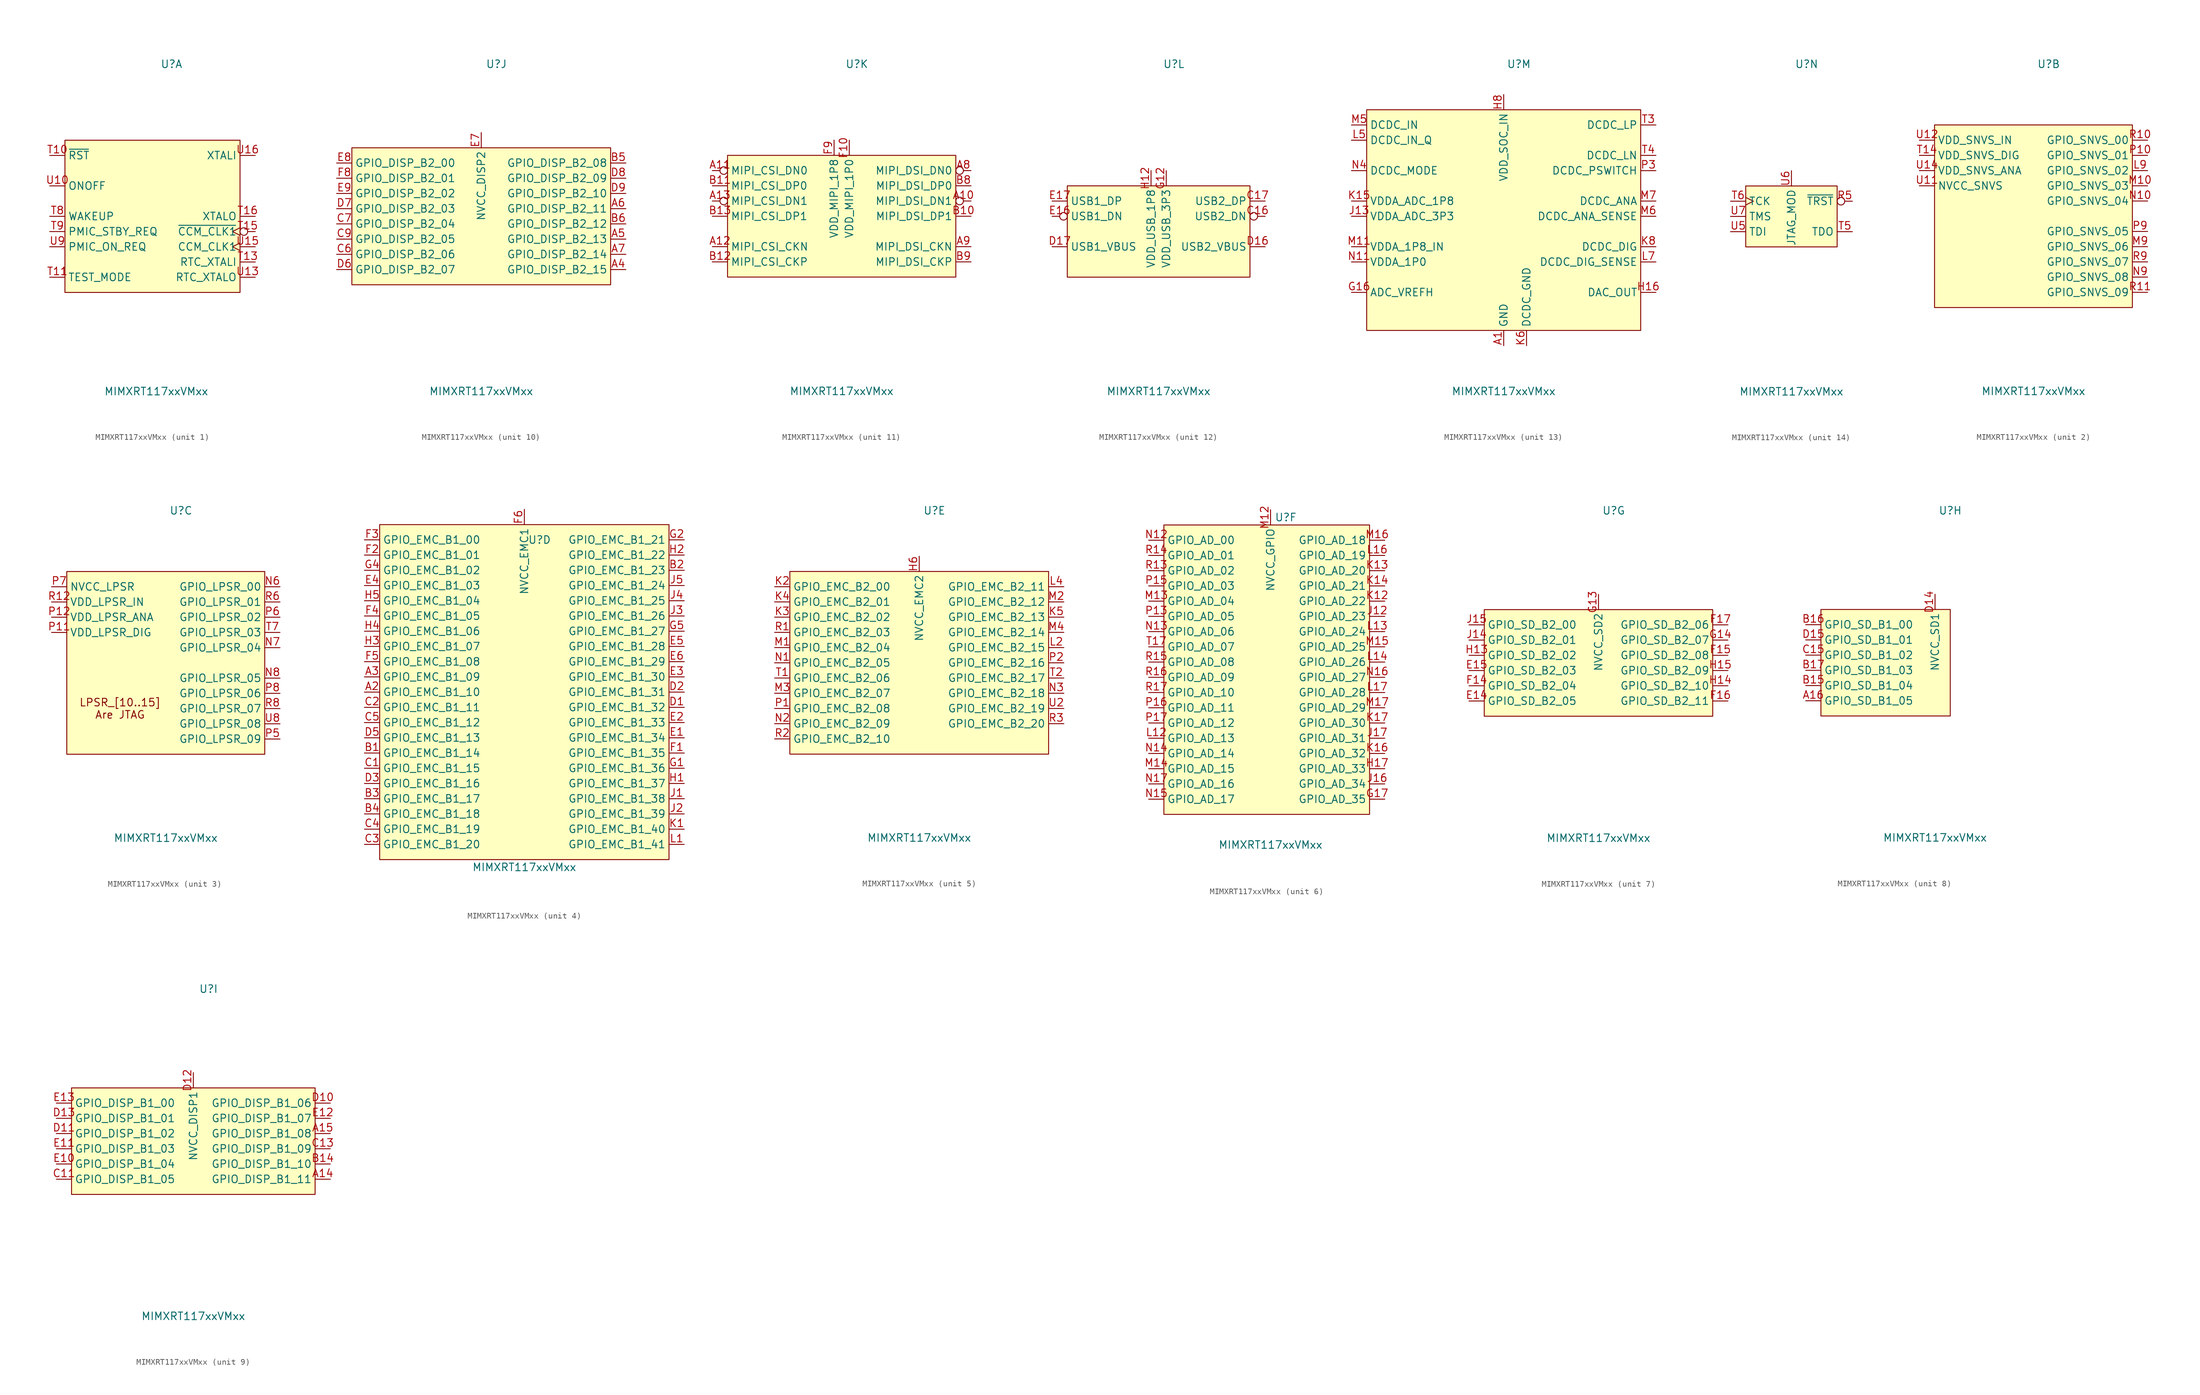
<source format=kicad_sym>
(kicad_symbol_lib
  (version 20220914)
  (generator kicad_symbol_editor)
  (symbol "MIMXRT117xxVMxx"
    (property "Reference" "U"
      (at 2.54 25.4 0)
      (effects (font (size 1.27 1.27))))
    (property "Value" "MIMXRT117xxVMxx"
      (at 0 -29.21 0)
      (effects (font (size 1.27 1.27))))
    (property "ki_locked" ""
      (at 0 0 0)
      (effects (font (size 1.27 1.27))))
    (symbol "MIMXRT117xxVMxx_1_1"
      (rectangle (start -15.24 12.7) (end 13.97 -12.7) (stroke (width 0) (type default)) (fill (type background)))
      (pin input line (at -17.78 10.16 0) (length 2.54) (name "~{RST}" (effects (font (size 1.27 1.27)))) (number "T10" (effects (font (size 1.27 1.27)))))
      (pin input line (at -17.78 -10.16 0) (length 2.54) (name "TEST_MODE" (effects (font (size 1.27 1.27)))) (number "T11" (effects (font (size 1.27 1.27)))))
      (pin input line (at 16.51 -7.62 180) (length 2.54) (name "RTC_XTALI" (effects (font (size 1.27 1.27)))) (number "T13" (effects (font (size 1.27 1.27)))))
      (pin input inverted_clock (at 16.51 -2.54 180) (length 2.54) (name "~{CCM_CLK1}" (effects (font (size 1.27 1.27)))) (number "T15" (effects (font (size 1.27 1.27)))))
      (pin output line (at 16.51 0 180) (length 2.54) (name "XTALO" (effects (font (size 1.27 1.27)))) (number "T16" (effects (font (size 1.27 1.27)))))
      (pin input line (at -17.78 0 0) (length 2.54) (name "WAKEUP" (effects (font (size 1.27 1.27)))) (number "T8" (effects (font (size 1.27 1.27)))) (alternate "GPIO13_IO0" bidirectional line) (alternate "NMI_GLUE_NMI" input line))
      (pin input line (at -17.78 -2.54 0) (length 2.54) (name "PMIC_STBY_REQ" (effects (font (size 1.27 1.27)))) (number "T9" (effects (font (size 1.27 1.27)))) (alternate "CCM_PMIC_VSTBY_REQ" input line) (alternate "GPIO13_IO2" bidirectional line))
      (pin input line (at -17.78 5.08 0) (length 2.54) (name "ONOFF" (effects (font (size 1.27 1.27)))) (number "U10" (effects (font (size 1.27 1.27)))) (alternate "~{SRC_RST}" input line))
      (pin input line (at 16.51 -10.16 180) (length 2.54) (name "RTC_XTALO" (effects (font (size 1.27 1.27)))) (number "U13" (effects (font (size 1.27 1.27)))))
      (pin input clock (at 16.51 -5.08 180) (length 2.54) (name "CCM_CLK1" (effects (font (size 1.27 1.27)))) (number "U15" (effects (font (size 1.27 1.27)))))
      (pin input line (at 16.51 10.16 180) (length 2.54) (name "XTALI" (effects (font (size 1.27 1.27)))) (number "U16" (effects (font (size 1.27 1.27)))))
      (pin input line (at -17.78 -5.08 0) (length 2.54) (name "PMIC_ON_REQ" (effects (font (size 1.27 1.27)))) (number "U9" (effects (font (size 1.27 1.27)))) (alternate "GPIO13_IO1" bidirectional line) (alternate "SNVS_LP_PMIC_ON_REQ" input line)))
    (symbol "MIMXRT117xxVMxx_2_1"
      (rectangle (start -16.51 15.24) (end 16.51 -15.24) (stroke (width 0) (type default)) (fill (type background)))
      (pin input line (at 19.05 7.62 180) (length 2.54) (name "GPIO_SNVS_02" (effects (font (size 1.27 1.27)))) (number "L9" (effects (font (size 1.27 1.27)))) (alternate "GPIO13_IO5" bidirectional line) (alternate "SNVS_LP_TAMPER3" input line))
      (pin input line (at 19.05 5.08 180) (length 2.54) (name "GPIO_SNVS_03" (effects (font (size 1.27 1.27)))) (number "M10" (effects (font (size 1.27 1.27)))) (alternate "GPIO13_IO6" bidirectional line) (alternate "SNVS_LP_TAMPER4" input line))
      (pin input line (at 19.05 -5.08 180) (length 2.54) (name "GPIO_SNVS_06" (effects (font (size 1.27 1.27)))) (number "M9" (effects (font (size 1.27 1.27)))) (alternate "GPIO13_IO9" bidirectional line) (alternate "SNVS_LP_TAMPER7" input line))
      (pin input line (at 19.05 2.54 180) (length 2.54) (name "GPIO_SNVS_04" (effects (font (size 1.27 1.27)))) (number "N10" (effects (font (size 1.27 1.27)))) (alternate "GPIO13_IO7" bidirectional line) (alternate "SNVS_LP_TAMPER5" input line))
      (pin input line (at 19.05 -10.16 180) (length 2.54) (name "GPIO_SNVS_08" (effects (font (size 1.27 1.27)))) (number "N9" (effects (font (size 1.27 1.27)))) (alternate "GPIO13_IO11" bidirectional line) (alternate "SNVS_LP_TAMPER9" input line))
      (pin input line (at 19.05 10.16 180) (length 2.54) (name "GPIO_SNVS_01" (effects (font (size 1.27 1.27)))) (number "P10" (effects (font (size 1.27 1.27)))) (alternate "GPIO13_IO4" bidirectional line) (alternate "SNVS_LP_TAMPER2" input line))
      (pin input line (at 19.05 -2.54 180) (length 2.54) (name "GPIO_SNVS_05" (effects (font (size 1.27 1.27)))) (number "P9" (effects (font (size 1.27 1.27)))) (alternate "GPIO13_IO8" bidirectional line) (alternate "SNVS_LP_TAMPER6" input line))
      (pin input line (at 19.05 12.7 180) (length 2.54) (name "GPIO_SNVS_00" (effects (font (size 1.27 1.27)))) (number "R10" (effects (font (size 1.27 1.27)))) (alternate "GPIO13_IO3" bidirectional line) (alternate "SNVS_LP_TAMPER1" input line))
      (pin input line (at 19.05 -12.7 180) (length 2.54) (name "GPIO_SNVS_09" (effects (font (size 1.27 1.27)))) (number "R11" (effects (font (size 1.27 1.27)))) (alternate "GPIO13_IO12" bidirectional line) (alternate "SNVS_LP_TAMPER10" input line))
      (pin input line (at 19.05 -7.62 180) (length 2.54) (name "GPIO_SNVS_07" (effects (font (size 1.27 1.27)))) (number "R9" (effects (font (size 1.27 1.27)))) (alternate "GPIO13_IO10" bidirectional line) (alternate "SNVS_LP_TAMPER8" input line))
      (pin input line (at -19.05 10.16 0) (length 2.54) (name "VDD_SNVS_DIG" (effects (font (size 1.27 1.27)))) (number "T14" (effects (font (size 1.27 1.27)))))
      (pin input line (at -19.05 5.08 0) (length 2.54) (name "NVCC_SNVS" (effects (font (size 1.27 1.27)))) (number "U11" (effects (font (size 1.27 1.27)))))
      (pin input line (at -19.05 12.7 0) (length 2.54) (name "VDD_SNVS_IN" (effects (font (size 1.27 1.27)))) (number "U12" (effects (font (size 1.27 1.27)))))
      (pin input line (at -19.05 7.62 0) (length 2.54) (name "VDD_SNVS_ANA" (effects (font (size 1.27 1.27)))) (number "U14" (effects (font (size 1.27 1.27))))))
    (symbol "MIMXRT117xxVMxx_3_1"
      (rectangle (start -16.51 15.24) (end 16.51 -15.24) (stroke (width 0) (type default)) (fill (type background)))
      (text "LPSR_[10..15]\nAre JTAG" (at -7.62 -7.62 0) (effects (font (size 1.27 1.27))))
      (pin input line (at 19.05 12.7 180) (length 2.54) (name "GPIO_LPSR_00" (effects (font (size 1.27 1.27)))) (number "N6" (effects (font (size 1.27 1.27)))) (alternate "CAN3_TX" output line) (alternate "CM4_EVENTO" input line) (alternate "GPIO12_IO0" bidirectional line) (alternate "GPIO6_IO0" bidirectional line) (alternate "LPUART12_TX" output line) (alternate "MQS_RIGHT" input line) (alternate "PDM_CLK" input clock) (alternate "SAI4_MCLK" input clock))
      (pin input line (at 19.05 2.54 180) (length 2.54) (name "GPIO_LPSR_04" (effects (font (size 1.27 1.27)))) (number "N7" (effects (font (size 1.27 1.27)))) (alternate "GPIO12_IO4" bidirectional line) (alternate "GPIO6_IO4" bidirectional line) (alternate "LPI2C5_SDA" input line) (alternate "LPSPI5_SDO" input line) (alternate "LPUART11_TX" input line) (alternate "LPUART12_RTS_B" input line) (alternate "SAI4_TX_BCLK" input line))
      (pin input line (at 19.05 -2.54 180) (length 2.54) (name "GPIO_LPSR_05" (effects (font (size 1.27 1.27)))) (number "N8" (effects (font (size 1.27 1.27)))) (alternate "GPIO12_IO5" bidirectional line) (alternate "GPIO6_IO5" bidirectional line) (alternate "LPI2C5_SCL" input clock) (alternate "LPSPI5_SDI" input line) (alternate "LPUART11_RX" input line) (alternate "NMI_GLUE_NMI" input line) (alternate "SAI4_MCLK" input line) (alternate "~{LPUART12_CTS}" input line))
      (pin input line (at -19.05 5.08 0) (length 2.54) (name "VDD_LPSR_DIG" (effects (font (size 1.27 1.27)))) (number "P11" (effects (font (size 1.27 1.27)))))
      (pin input line (at -19.05 7.62 0) (length 2.54) (name "VDD_LPSR_ANA" (effects (font (size 1.27 1.27)))) (number "P12" (effects (font (size 1.27 1.27)))))
      (pin input line (at 19.05 -12.7 180) (length 2.54) (name "GPIO_LPSR_09" (effects (font (size 1.27 1.27)))) (number "P5" (effects (font (size 1.27 1.27)))) (alternate "CAN3_RX" input line) (alternate "GPIO12_IO9" bidirectional line) (alternate "GPIO6_IO9" bidirectional line) (alternate "LPI2C5_SCL" input line) (alternate "LPSPI6_PCS0" input line) (alternate "LPUART11_RX" input line) (alternate "PDM_DATA0" input line) (alternate "PIT2_TRIGGER0" input line) (alternate "SAI4_TX_DATA" input line))
      (pin input line (at 19.05 7.62 180) (length 2.54) (name "GPIO_LPSR_02" (effects (font (size 1.27 1.27)))) (number "P6" (effects (font (size 1.27 1.27)))) (alternate "GPIO12_IO2" bidirectional line) (alternate "GPIO6_IO2" bidirectional line) (alternate "LPSPI5_SCK" input clock) (alternate "MQS_RIGHT" input line) (alternate "SAI4_TX_DATA" input line) (alternate "SRC_BOOT_MODE0" input line))
      (pin input line (at -19.05 12.7 0) (length 2.54) (name "NVCC_LPSR" (effects (font (size 1.27 1.27)))) (number "P7" (effects (font (size 1.27 1.27)))))
      (pin input line (at 19.05 -5.08 180) (length 2.54) (name "GPIO_LPSR_06" (effects (font (size 1.27 1.27)))) (number "P8" (effects (font (size 1.27 1.27)))) (alternate "CAN3_TX" input line) (alternate "GPIO12_IO6" bidirectional line) (alternate "GPIO6_IO6" bidirectional line) (alternate "LPI2C6_SDA" input line) (alternate "LPSPI5_PCS1" input line) (alternate "LPSPI6_PCS3" input line) (alternate "LPUART12_TX" input line) (alternate "PIT2_TRIGGER3" input line) (alternate "SAI4_RX_DATA" input line))
      (pin input line (at -19.05 10.16 0) (length 2.54) (name "VDD_LPSR_IN" (effects (font (size 1.27 1.27)))) (number "R12" (effects (font (size 1.27 1.27)))))
      (pin input line (at 19.05 10.16 180) (length 2.54) (name "GPIO_LPSR_01" (effects (font (size 1.27 1.27)))) (number "R6" (effects (font (size 1.27 1.27)))) (alternate "CAN3_RX" input line) (alternate "CM4_EVENTI" input line) (alternate "GPIO12_IO1" bidirectional line) (alternate "GPIO6_IO1" bidirectional line) (alternate "LPUART12_RX" input line) (alternate "MQS_LEFT" input line) (alternate "PDM_DATA0" input line))
      (pin input line (at 19.05 -7.62 180) (length 2.54) (name "GPIO_LPSR_07" (effects (font (size 1.27 1.27)))) (number "R8" (effects (font (size 1.27 1.27)))) (alternate "CAN3_RX " input line) (alternate "GPIO12_IO7" bidirectional line) (alternate "GPIO6_IO7" bidirectional line) (alternate "LPI2C6_SCL" input line) (alternate "LPSPI5_PCS2" input line) (alternate "LPSPI6_PCS2" input line) (alternate "LPUART12_RX" input line) (alternate "PIT2_TRIGGER2" input line) (alternate "SAI4_RX_BCLK" input line))
      (pin input line (at 19.05 5.08 180) (length 2.54) (name "GPIO_LPSR_03" (effects (font (size 1.27 1.27)))) (number "T7" (effects (font (size 1.27 1.27)))) (alternate "GPIO12_IO3" bidirectional line) (alternate "GPIO6_IO3" bidirectional line) (alternate "LPSPI5_PCS0" input line) (alternate "MQS_LEFT" input line) (alternate "SAI4_TX_SYNC" input line) (alternate "SRC_BOOT_MODE1" input line))
      (pin input line (at 19.05 -10.16 180) (length 2.54) (name "GPIO_LPSR_08" (effects (font (size 1.27 1.27)))) (number "U8" (effects (font (size 1.27 1.27)))) (alternate "CAN3_TX" input line) (alternate "GPIO12_IO8" bidirectional line) (alternate "GPIO6_IO8" bidirectional line) (alternate "LPI2C5_SDA " input line) (alternate "LPSPI5_PCS3" input line) (alternate "LPSPI6_PCS1" input line) (alternate "LPUART11_TX" input line) (alternate "PDM_CLK" input line) (alternate "PIT2_TRIGGER1" input line) (alternate "SAI4_RX_SYNC" input line)))
    (symbol "MIMXRT117xxVMxx_4_1"
      (rectangle (start -24.13 27.94) (end 24.13 -27.94) (stroke (width 0) (type default)) (fill (type background)))
      (pin input line (at -26.67 0 0) (length 2.54) (name "GPIO_EMC_B1_10" (effects (font (size 1.27 1.27)))) (number "A2" (effects (font (size 1.27 1.27)))) (alternate "FLEXIO1_FLEXIO10" input line) (alternate "FLEXPWM2_PWMA2" input line) (alternate "GPIO1_IO10" input line) (alternate "GPIO7_IO10" input line) (alternate "GPT5_CAPTURE2" input line) (alternate "SEMC_ADDR1" input line) (alternate "USBPHY1_TSTI_TX_HIZ" input line))
      (pin input line (at -26.67 2.54 0) (length 2.54) (name "GPIO_EMC_B1_09" (effects (font (size 1.27 1.27)))) (number "A3" (effects (font (size 1.27 1.27)))) (alternate "FLEXIO1_FLEXIO9" input line) (alternate "FLEXPWM2_PWMB1" input line) (alternate "GPIO1_IO9" input line) (alternate "GPIO7_IO9" input line) (alternate "GPT5_CAPTURE1" input line) (alternate "SEMC_ADDR0" input line) (alternate "USBPHY1_TSTI_TX_EN" input line))
      (pin input line (at -26.67 -10.16 0) (length 2.54) (name "GPIO_EMC_B1_14" (effects (font (size 1.27 1.27)))) (number "B1" (effects (font (size 1.27 1.27)))) (alternate "FLEXIO1_FLEXIO14" input line) (alternate "GPIO1_IO14" input line) (alternate "GPIO7_IO14" input line) (alternate "GPT5_CLK" input line) (alternate "SEMC_ADDR5" input line) (alternate "USBPHY2_TSTO_RX_SQUELCH" input line) (alternate "XBAR1_XBAR_INOUT6" input line))
      (pin input line (at 26.67 20.32 180) (length 2.54) (name "GPIO_EMC_B1_23" (effects (font (size 1.27 1.27)))) (number "B2" (effects (font (size 1.27 1.27)))) (alternate "FLEXIO1_FLEXIO23" input line) (alternate "FLEXPWM1_PWMA0" input line) (alternate "GPIO1_IO23" input line) (alternate "GPIO7_IO23" input line) (alternate "SEMC_ADDR10" input line))
      (pin input line (at -26.67 -17.78 0) (length 2.54) (name "GPIO_EMC_B1_17" (effects (font (size 1.27 1.27)))) (number "B3" (effects (font (size 1.27 1.27)))) (alternate "ANATOP_WB_OK" input line) (alternate "FLEXIO1_FLEXIO17" input line) (alternate "FLEXPWM4_PWMA3" input line) (alternate "GPIO1_IO17" input line) (alternate "GPIO7_IO17" input line) (alternate "QTIMER1_TIMER0" input line) (alternate "SEMC_ADDR8" input line))
      (pin input line (at -26.67 -20.32 0) (length 2.54) (name "GPIO_EMC_B1_18" (effects (font (size 1.27 1.27)))) (number "B4" (effects (font (size 1.27 1.27)))) (alternate "FLEXIO1_FLEXIO18" input line) (alternate "FLEXPWM4_PWMB3" input line) (alternate "GPIO1_IO18" input line) (alternate "GPIO7_IO18" input line) (alternate "QTIMER2_TIMER0" input line) (alternate "SEMC_ADDR9" input line))
      (pin input line (at -26.67 -12.7 0) (length 2.54) (name "GPIO_EMC_B1_15" (effects (font (size 1.27 1.27)))) (number "C1" (effects (font (size 1.27 1.27)))) (alternate "FLEXIO1_FLEXIO15" input line) (alternate "GPIO1_IO15" input line) (alternate "GPIO7_IO15" input line) (alternate "SEMC_ADDR6" input line) (alternate "USBPHY2_TSTO_RX_DISCON_DET" input line) (alternate "XBAR1_XBAR_INOUT7" input line))
      (pin input line (at -26.67 -2.54 0) (length 2.54) (name "GPIO_EMC_B1_11" (effects (font (size 1.27 1.27)))) (number "C2" (effects (font (size 1.27 1.27)))) (alternate "FLEXIO1_FLEXIO11" input line) (alternate "FLEXPWM2_PWMB2" input line) (alternate "GPIO1_IO11" input line) (alternate "GPIO7_IO11" input line) (alternate "GPT5_COMPARE1" input line) (alternate "SEMC_ADDR2" input line) (alternate "USBPHY2_TSTO_RX_HS_RXD" input line))
      (pin input line (at -26.67 -25.4 0) (length 2.54) (name "GPIO_EMC_B1_20" (effects (font (size 1.27 1.27)))) (number "C3" (effects (font (size 1.27 1.27)))) (alternate "FLEXIO1_FLEXIO20" input line) (alternate "FLEXPWM2_PWMB3" input line) (alternate "GPIO1_IO20" input line) (alternate "GPIO7_IO20" input line) (alternate "QTIMER4_TIMER0" input line) (alternate "SEMC_ADDR12" input line))
      (pin input line (at -26.67 -22.86 0) (length 2.54) (name "GPIO_EMC_B1_19" (effects (font (size 1.27 1.27)))) (number "C4" (effects (font (size 1.27 1.27)))) (alternate "FLEXIO1_FLEXIO19" input line) (alternate "FLEXPWM2_PWMA3" input line) (alternate "GPIO1_IO19" input line) (alternate "GPIO7_IO19" input line) (alternate "QTIMER3_TIMER0" input line) (alternate "SEMC_ADDR11" input line))
      (pin input line (at -26.67 -5.08 0) (length 2.54) (name "GPIO_EMC_B1_12" (effects (font (size 1.27 1.27)))) (number "C5" (effects (font (size 1.27 1.27)))) (alternate "FLEXIO1_FLEXIO12" input line) (alternate "GPIO1_IO12" input line) (alternate "GPIO7_IO12" input line) (alternate "GPT5_COMPARE2" input line) (alternate "SEMC_ADDR3" input line) (alternate "USBPHY1_TSTO_PLL_CLK20DIV" input line) (alternate "XBAR1_XBAR_INOUT4" input line))
      (pin input line (at 26.67 -2.54 180) (length 2.54) (name "GPIO_EMC_B1_32" (effects (font (size 1.27 1.27)))) (number "D1" (effects (font (size 1.27 1.27)))) (alternate "FLEXPWM3_PWMB1" input line) (alternate "GPIO8_IO0" input line) (alternate "GPIO_MUX2_IO0" input line) (alternate "SEMC_DATA10" input line))
      (pin input line (at 26.67 0 180) (length 2.54) (name "GPIO_EMC_B1_31" (effects (font (size 1.27 1.27)))) (number "D2" (effects (font (size 1.27 1.27)))) (alternate "FLEXIO1_FLEXIO31" input line) (alternate "FLEXPWM3_PWMA1" input line) (alternate "GPIO1_IO31" input line) (alternate "GPIO7_IO31" input line) (alternate "SEMC_DATA9" input line))
      (pin input line (at -26.67 -15.24 0) (length 2.54) (name "GPIO_EMC_B1_16" (effects (font (size 1.27 1.27)))) (number "D3" (effects (font (size 1.27 1.27)))) (alternate "ANATOP_WB_TSTO" input line) (alternate "FLEXIO1_FLEXIO16" input line) (alternate "GPIO1_IO16" input line) (alternate "GPIO7_IO16" input line) (alternate "SEMC_ADDR7" input line) (alternate "XBAR1_XBAR_INOUT8" input line))
      (pin input line (at -26.67 -7.62 0) (length 2.54) (name "GPIO_EMC_B1_13" (effects (font (size 1.27 1.27)))) (number "D5" (effects (font (size 1.27 1.27)))) (alternate "FLEXIO1_FLEXIO13" input line) (alternate "GPIO1_IO13" input line) (alternate "GPIO7_IO13" input line) (alternate "GPT5_COMPARE3" input line) (alternate "SEMC_ADDR4" input line) (alternate "USBPHY2_TSTO_PLL_CLK20DIV" input line) (alternate "XBAR1_XBAR_INOUT5" input line))
      (pin input line (at 26.67 -7.62 180) (length 2.54) (name "GPIO_EMC_B1_34" (effects (font (size 1.27 1.27)))) (number "E1" (effects (font (size 1.27 1.27)))) (alternate "FLEXPWM3_PWMB2" input line) (alternate "GPIO8_IO2" input line) (alternate "GPIO_MUX2_IO2" input line) (alternate "SEMC_DATA12" input line))
      (pin input line (at 26.67 -5.08 180) (length 2.54) (name "GPIO_EMC_B1_33" (effects (font (size 1.27 1.27)))) (number "E2" (effects (font (size 1.27 1.27)))) (alternate "FLEXPWM3_PWMA2" input line) (alternate "GPIO8_IO1" input line) (alternate "GPIO_MUX2_IO1" input line) (alternate "SEMC_DATA11" input line))
      (pin input line (at 26.67 2.54 180) (length 2.54) (name "GPIO_EMC_B1_30" (effects (font (size 1.27 1.27)))) (number "E3" (effects (font (size 1.27 1.27)))) (alternate "FLEXIO1_FLEXIO30" input line) (alternate "FLEXPWM3_PWMB0" input line) (alternate "GPIO1_IO30" input line) (alternate "GPIO7_IO30" input line) (alternate "SEMC_DATA8" input line))
      (pin input line (at -26.67 17.78 0) (length 2.54) (name "GPIO_EMC_B1_03" (effects (font (size 1.27 1.27)))) (number "E4" (effects (font (size 1.27 1.27)))) (alternate "FLEXIO1_FLEXIO3" input line) (alternate "FLEXPWM4_PWMB1" input line) (alternate "GPIO1_IO3" input line) (alternate "GPIO7_IO3" input line) (alternate "SEMC_DATA3" input line) (alternate "USBPHY1_TSTO_RX_SQUELCH" input line))
      (pin input line (at 26.67 7.62 180) (length 2.54) (name "GPIO_EMC_B1_28" (effects (font (size 1.27 1.27)))) (number "E5" (effects (font (size 1.27 1.27)))) (alternate "FLEXIO1_FLEXIO28" input line) (alternate "FLEXPWM1_PWMB2" input line) (alternate "GPIO1_IO28" input line) (alternate "GPIO7_IO28" input line) (alternate "SEMC_WE" input line))
      (pin input line (at 26.67 5.08 180) (length 2.54) (name "GPIO_EMC_B1_29" (effects (font (size 1.27 1.27)))) (number "E6" (effects (font (size 1.27 1.27)))) (alternate "FLEXIO1_FLEXIO29" input line) (alternate "FLEXPWM3_PWMA0" input line) (alternate "GPIO1_IO29" input line) (alternate "GPIO7_IO29" input line) (alternate "SEMC_CS0" input line))
      (pin input line (at 26.67 -10.16 180) (length 2.54) (name "GPIO_EMC_B1_35" (effects (font (size 1.27 1.27)))) (number "F1" (effects (font (size 1.27 1.27)))) (alternate "GPIO8_IO3" input line) (alternate "GPIO_MUX2_IO3" input line) (alternate "SEMC_DATA13" input line) (alternate "XBAR1_XBAR_INOUT9" input line))
      (pin input line (at -26.67 22.86 0) (length 2.54) (name "GPIO_EMC_B1_01" (effects (font (size 1.27 1.27)))) (number "F2" (effects (font (size 1.27 1.27)))) (alternate "FLEXIO1_FLEXIO1" input line) (alternate "FLEXPWM4_PWMB0" input line) (alternate "GPIO1_IO1" input line) (alternate "GPIO7_IO1" input line) (alternate "SEMC_DATA1" input line) (alternate "USBPHY1_TSTI_TX_HS_MODE" input line))
      (pin input line (at -26.67 25.4 0) (length 2.54) (name "GPIO_EMC_B1_00" (effects (font (size 1.27 1.27)))) (number "F3" (effects (font (size 1.27 1.27)))) (alternate "FLEXIO1_FLEXIO0" input line) (alternate "FLEXPWM4_PWMA0" input line) (alternate "GPIO1_IO0" input line) (alternate "GPIO7_IO0 " input line) (alternate "SEMC_DATA0" input line) (alternate "USBPHY1_TSTI_TX_LS_MODE" input line))
      (pin input line (at -26.67 12.7 0) (length 2.54) (name "GPIO_EMC_B1_05" (effects (font (size 1.27 1.27)))) (number "F4" (effects (font (size 1.27 1.27)))) (alternate "FLEXIO1_FLEXIO5" input line) (alternate "FLEXPWM4_PWMB2" input line) (alternate "GPIO1_IO5" input line) (alternate "GPIO7_IO5" input line) (alternate "SEMC_DATA5" input line) (alternate "USBPHY1_TSTO_RX_HS_RXD" input line))
      (pin input line (at -26.67 5.08 0) (length 2.54) (name "GPIO_EMC_B1_08" (effects (font (size 1.27 1.27)))) (number "F5" (effects (font (size 1.27 1.27)))) (alternate "FLEXIO1_FLEXIO8" input line) (alternate "FLEXPWM2_PWMA1" input line) (alternate "GPIO1_IO8" input line) (alternate "GPIO7_IO8" input line) (alternate "SEMC_DM0" input line) (alternate "USBPHY1_TSTI_TX_DP" input line))
      (pin power_in line (at 0 30.48 270) (length 2.54) (name "NVCC_EMC1" (effects (font (size 1.27 1.27)))) (number "F6" (effects (font (size 1.27 1.27)))))
      (pin passive line (at 0 30.48 270) (length 2.54) hide (name "NVCC_EMC1" (effects (font (size 1.27 1.27)))) (number "F7" (effects (font (size 1.27 1.27)))))
      (pin input line (at 26.67 -12.7 180) (length 2.54) (name "GPIO_EMC_B1_36" (effects (font (size 1.27 1.27)))) (number "G1" (effects (font (size 1.27 1.27)))) (alternate "GPIO8_IO3" input line) (alternate "GPIO8_IO4" input line) (alternate "GPIO_MUX2_IO4" input line) (alternate "XBAR1_XBAR_INOUT10" input line))
      (pin input line (at 26.67 25.4 180) (length 2.54) (name "GPIO_EMC_B1_21" (effects (font (size 1.27 1.27)))) (number "G2" (effects (font (size 1.27 1.27)))) (alternate "FLEXIO1_FLEXIO21" input line) (alternate "FLEXPWM3_PWMA3" input line) (alternate "GPIO1_IO21" input line) (alternate "GPIO7_IO21" input line) (alternate "SEMC_BA0" input line))
      (pin input line (at -26.67 20.32 0) (length 2.54) (name "GPIO_EMC_B1_02" (effects (font (size 1.27 1.27)))) (number "G4" (effects (font (size 1.27 1.27)))) (alternate "FLEXIO1_FLEXIO2" input line) (alternate "FLEXPWM4_PWMA1" input line) (alternate "GPIO1_IO2" input line) (alternate "GPIO7_IO2" input line) (alternate "SEMC_DATA2" input line) (alternate "USBPHY1_TSTI_TX_DN" input line))
      (pin input line (at 26.67 10.16 180) (length 2.54) (name "GPIO_EMC_B1_27" (effects (font (size 1.27 1.27)))) (number "G5" (effects (font (size 1.27 1.27)))) (alternate "FLEXIO1_FLEXIO27" input line) (alternate "FLEXPWM1_PWMA2" input line) (alternate "GPIO1_IO27" input line) (alternate "GPIO7_IO27" input line) (alternate "SEMC_CKE" input line))
      (pin passive line (at 0 30.48 270) (length 2.54) hide (name "NVCC_EMC1" (effects (font (size 1.27 1.27)))) (number "G6" (effects (font (size 1.27 1.27)))))
      (pin input line (at 26.67 -15.24 180) (length 2.54) (name "GPIO_EMC_B1_37" (effects (font (size 1.27 1.27)))) (number "H1" (effects (font (size 1.27 1.27)))) (alternate "GPIO8_IO5" input line) (alternate "GPIO_MUX2_IO5" input line) (alternate "SEMC_DATA15" input line) (alternate "SRC_SYSTEM_RESET" input line) (alternate "XBAR1_XBAR_INOUT11" input line))
      (pin input line (at 26.67 22.86 180) (length 2.54) (name "GPIO_EMC_B1_22" (effects (font (size 1.27 1.27)))) (number "H2" (effects (font (size 1.27 1.27)))) (alternate "FLEXIO1_FLEXIO22" input line) (alternate "FLEXPWM3_PWMB3" input line) (alternate "GPIO1_IO22" input line) (alternate "GPIO7_IO22" input line) (alternate "SEMC_BA1" input line))
      (pin input line (at -26.67 7.62 0) (length 2.54) (name "GPIO_EMC_B1_07" (effects (font (size 1.27 1.27)))) (number "H3" (effects (font (size 1.27 1.27)))) (alternate "FLEXIO1_FLEXIO7" input line) (alternate "FLEXPWM2_PWMB0" input line) (alternate "GPIO1_IO7" input line) (alternate "GPIO7_IO7" input line) (alternate "SEMC_DATA7" input line) (alternate "USBPHY1_TSTO_RX_FS_RXD" input line))
      (pin input line (at -26.67 10.16 0) (length 2.54) (name "GPIO_EMC_B1_06" (effects (font (size 1.27 1.27)))) (number "H4" (effects (font (size 1.27 1.27)))) (alternate "FLEXIO1_FLEXIO6" input line) (alternate "FLEXPWM2_PWMA0" input line) (alternate "GPIO1_IO6" input line) (alternate "GPIO7_IO6" input line) (alternate "SEMC_DATA6" input line) (alternate "USBPHY2_TSTO_RX_FS_RXD" input line))
      (pin input line (at -26.67 15.24 0) (length 2.54) (name "GPIO_EMC_B1_04" (effects (font (size 1.27 1.27)))) (number "H5" (effects (font (size 1.27 1.27)))) (alternate "FLEXIO1_FLEXIO4" input line) (alternate "FLEXPWM4_PWMA2" input line) (alternate "GPIO1_IO4" input line) (alternate "GPIO7_IO4" input line) (alternate "SEMC_DATA4" input line) (alternate "USBPHY1_TSTO_RX_DISCON_DET" input line))
      (pin input line (at 26.67 -17.78 180) (length 2.54) (name "GPIO_EMC_B1_38" (effects (font (size 1.27 1.27)))) (number "J1" (effects (font (size 1.27 1.27)))) (alternate "FLEXPWM1_PWMA3" input line) (alternate "GPIO8_IO6" input line) (alternate "GPIO_MUX2_IO6" input line) (alternate "QTIMER1_TIMER1" input line) (alternate "SEMC_DM1" input line) (alternate "SRC_EARLY_RESET" input line))
      (pin input line (at 26.67 -20.32 180) (length 2.54) (name "GPIO_EMC_B1_39" (effects (font (size 1.27 1.27)))) (number "J2" (effects (font (size 1.27 1.27)))) (alternate "FLEXPWM1_PWMB3" input line) (alternate "GPIO8_IO7" input line) (alternate "GPIO_MUX2_IO7" input line) (alternate "QTIMER2_TIMER1" input line) (alternate "SEMC_DQS" input line) (alternate "SRC_WAKEUPMIX_RESET" input line))
      (pin input line (at 26.67 12.7 180) (length 2.54) (name "GPIO_EMC_B1_26" (effects (font (size 1.27 1.27)))) (number "J3" (effects (font (size 1.27 1.27)))) (alternate "FLEXIO1_FLEXIO26" input line) (alternate "FLEXPWM1_PWMB1" input line) (alternate "GPIO1_IO26" input line) (alternate "GPIO7_IO26 " input line) (alternate "SEMC_CLK" input line))
      (pin input line (at 26.67 15.24 180) (length 2.54) (name "GPIO_EMC_B1_25" (effects (font (size 1.27 1.27)))) (number "J4" (effects (font (size 1.27 1.27)))) (alternate "FLEXIO1_FLEXIO25" input line) (alternate "FLEXPWM1_PWMA1" input line) (alternate "GPIO1_IO25" input line) (alternate "GPIO7_IO25" input line) (alternate "SEMC_RAS" input line))
      (pin input line (at 26.67 17.78 180) (length 2.54) (name "GPIO_EMC_B1_24" (effects (font (size 1.27 1.27)))) (number "J5" (effects (font (size 1.27 1.27)))) (alternate "FLEXIO1_FLEXIO24" input line) (alternate "FLEXPWM1_PWMB0" input line) (alternate "GPIO1_IO24" input line) (alternate "GPIO7_IO24" input line) (alternate "SEMC_CAS" input line))
      (pin input line (at 26.67 -22.86 180) (length 2.54) (name "GPIO_EMC_B1_40" (effects (font (size 1.27 1.27)))) (number "K1" (effects (font (size 1.27 1.27)))) (alternate "CCM_CLKO1" input line) (alternate "ENET_1G_MDC" input line) (alternate "GPIO8_IO8" input line) (alternate "GPIO_MUX2_IO8" input line) (alternate "LPUART6_TX" input line) (alternate "MQS_RIGHT" input line) (alternate "SEMC_RDY" input line) (alternate "XBAR1_XBAR_INOUT12" input line))
      (pin input line (at 26.67 -25.4 180) (length 2.54) (name "GPIO_EMC_B1_41" (effects (font (size 1.27 1.27)))) (number "L1" (effects (font (size 1.27 1.27)))) (alternate "CCM_CLKO2" input line) (alternate "ENET_1G_MDIO" input line) (alternate "FLEXSPI2_B_DATA7" input line) (alternate "GPIO8_IO9" input line) (alternate "GPIO_MUX2_IO9" input line) (alternate "LPUART6_RX" input line) (alternate "MQS_LEFT" input line) (alternate "SEMC_CSX0" input line) (alternate "XBAR1_XBAR_INOUT13" input line)))
    (symbol "MIMXRT117xxVMxx_5_1"
      (rectangle (start -21.59 15.24) (end 21.59 -15.24) (stroke (width 0) (type default)) (fill (type background)))
      (pin power_in line (at 0 17.78 270) (length 2.54) (name "NVCC_EMC2" (effects (font (size 1.27 1.27)))) (number "H6" (effects (font (size 1.27 1.27)))))
      (pin passive line (at 0 17.78 270) (length 2.54) hide (name "NVCC_EMC2" (effects (font (size 1.27 1.27)))) (number "J6" (effects (font (size 1.27 1.27)))))
      (pin input line (at -24.13 12.7 0) (length 2.54) (name "GPIO_EMC_B2_00" (effects (font (size 1.27 1.27)))) (number "K2" (effects (font (size 1.27 1.27)))) (alternate "CCM_ENET_REF_CLK_25M" input line) (alternate "ENET_QOS_1588_EVENT1_OUT" input line) (alternate "FLEXPWM3_PWMA0" input line) (alternate "FLEXSPI2_B_DATA6" input line) (alternate "GPIO8_IO10" input line) (alternate "GPIO_MUX2_IO10" input line) (alternate "LPI2C2_SCL" input line) (alternate "LPSPI1_SCK" input line) (alternate "LPUART6_CTS_B" input line) (alternate "QTIMER3_TIMER1" input line) (alternate "SEMC_DATA16" input line) (alternate "XBAR1_XBAR_INOUT20" input line))
      (pin input line (at -24.13 7.62 0) (length 2.54) (name "GPIO_EMC_B2_02" (effects (font (size 1.27 1.27)))) (number "K3" (effects (font (size 1.27 1.27)))) (alternate "ENET_QOS_1588_EVENT1_AUX_IN" input line) (alternate "FLEXPWM3_PWMA1" input line) (alternate "FLEXSPI2_B_DATA4" input line) (alternate "GPIO8_IO12" input line) (alternate "GPIO_MUX2_IO12" input line) (alternate "LPSPI1_SDO" input line) (alternate "SEMC_DATA18" input line) (alternate "USDHC2_WP" input line) (alternate "VIDEO_MUX_CSI_DATA23" input line) (alternate "XBAR1_XBAR_INOUT22" input line))
      (pin input line (at -24.13 10.16 0) (length 2.54) (name "GPIO_EMC_B2_01" (effects (font (size 1.27 1.27)))) (number "K4" (effects (font (size 1.27 1.27)))) (alternate "ENET_QOS_1588_EVENT1_IN" input line) (alternate "FLEXPWM3_PWMB0" input line) (alternate "FLEXSPI2_B_DATA5" input line) (alternate "GPIO8_IO11" input line) (alternate "GPIO_MUX2_IO11" input line) (alternate "LPI2C2_SDA" input line) (alternate "LPSPI1_PCS0" input line) (alternate "LPUART6_RTS_B" input line) (alternate "QTIMER4_TIMER1" input line) (alternate "SEMC_DATA17" input line) (alternate "USDHC2_CD_B" input line) (alternate "XBAR1_XBAR_INOUT21" input line))
      (pin input line (at 24.13 7.62 180) (length 2.54) (name "GPIO_EMC_B2_13" (effects (font (size 1.27 1.27)))) (number "K5" (effects (font (size 1.27 1.27)))) (alternate "ENET_1G_TX_EN" input line) (alternate "FLEXSPI2_A_DATA0" input line) (alternate "GPIO8_IO23" input line) (alternate "GPIO_MUX2_IO23" input line) (alternate "QTIMER2_TIMER0" input line) (alternate "SAI3_RX_DATA" input line) (alternate "SEMC_DATA28" input line) (alternate "SIM1_RST_B" input line) (alternate "XBAR1_XBAR_INOUT33" input line))
      (pin input line (at 24.13 2.54 180) (length 2.54) (name "GPIO_EMC_B2_15" (effects (font (size 1.27 1.27)))) (number "L2" (effects (font (size 1.27 1.27)))) (alternate "ENET_1G_RDATA0" input line) (alternate "FLEXSPI2_A_DATA2" input line) (alternate "GPIO8_IO25" input line) (alternate "GPIO_MUX2_IO25" input line) (alternate "QTIMER2_TIMER2" input line) (alternate "SAI3_TX_BCLK" input line) (alternate "SEMC_DATA30" input line) (alternate "SIM1_PD" input line) (alternate "XBAR1_XBAR_INOUT35" input line))
      (pin input line (at 24.13 12.7 180) (length 2.54) (name "GPIO_EMC_B2_11" (effects (font (size 1.27 1.27)))) (number "L4" (effects (font (size 1.27 1.27)))) (alternate "ENET_1G_TDATA0" input line) (alternate "FLEXSPI2_A_SS0_B" input line) (alternate "GPIO8_IO21" input line) (alternate "GPIO_MUX2_IO21" input line) (alternate "QTIMER1_TIMER2" input line) (alternate "SAI3_RX_SYNC" input line) (alternate "SEMC_DATA26" input line) (alternate "SIM1_TRXD" input line) (alternate "SPDIF_IN" input line) (alternate "XBAR1_XBAR_INOUT31" input line))
      (pin input line (at -24.13 2.54 0) (length 2.54) (name "GPIO_EMC_B2_04" (effects (font (size 1.27 1.27)))) (number "M1" (effects (font (size 1.27 1.27)))) (alternate "ENET_1G_TDATA2" input line) (alternate "FLEXPWM3_PWMA2" input line) (alternate "FLEXSPI2_B_DATA2" input line) (alternate "GPIO8_IO14" input line) (alternate "GPIO_MUX2_IO14" input line) (alternate "LPSPI3_SCK" input line) (alternate "SAI2_MCLK" input line) (alternate "SEMC_DATA20" input line) (alternate "USDHC2_RESET_B" input line) (alternate "VIDEO_MUX_CSI_DATA21" input line) (alternate "XBAR1_XBAR_INOUT24" input line))
      (pin input line (at 24.13 10.16 180) (length 2.54) (name "GPIO_EMC_B2_12" (effects (font (size 1.27 1.27)))) (number "M2" (effects (font (size 1.27 1.27)))) (alternate "ENET_1G_TDATA1" input line) (alternate "FLEXSPI2_A_DQS" input line) (alternate "GPIO8_IO22" input line) (alternate "GPIO_MUX2_IO22" input line) (alternate "QTIMER1_TIMER3" input line) (alternate "SAI3_RX_BCLK" input line) (alternate "SEMC_DATA27" input line) (alternate "SIM1_CLK" input line) (alternate "SPDIF_OUT" input line) (alternate "XBAR1_XBAR_INOUT32" input line))
      (pin input line (at -24.13 -5.08 0) (length 2.54) (name "GPIO_EMC_B2_07" (effects (font (size 1.27 1.27)))) (number "M3" (effects (font (size 1.27 1.27)))) (alternate "ENET_1G_RDATA3" input line) (alternate "FLEXPWM3_PWMB3" input line) (alternate "FLEXSPI2_B_DQS" input line) (alternate "GPIO8_IO17" input line) (alternate "GPIO_MUX2_IO17" input line) (alternate "GPT3_CAPTURE2" input line) (alternate "LPSPI3_SDI" input line) (alternate "PIT1_TRIGGER2" input line) (alternate "SAI2_RX_DATA" input line) (alternate "SEMC_DATA23" input line) (alternate "VIDEO_MUX_CSI_DATA18" input line) (alternate "XBAR1_XBAR_INOUT27" input line))
      (pin input line (at 24.13 5.08 180) (length 2.54) (name "GPIO_EMC_B2_14" (effects (font (size 1.27 1.27)))) (number "M4" (effects (font (size 1.27 1.27)))) (alternate "ENET_1G_TX_CLK_IO" input line) (alternate "FLEXSPI2_A_DATA1" input line) (alternate "GPIO8_IO24" input line) (alternate "GPIO_MUX2_IO24" input line) (alternate "QTIMER2_TIMER1" input line) (alternate "SAI3_TX_DATA" input line) (alternate "SEMC_DATA29" input line) (alternate "SIM1_SVEN" input line) (alternate "XBAR1_XBAR_INOUT34" input line))
      (pin input line (at -24.13 0 0) (length 2.54) (name "GPIO_EMC_B2_05" (effects (font (size 1.27 1.27)))) (number "N1" (effects (font (size 1.27 1.27)))) (alternate "ENET_1G_RX_CLK" input line) (alternate "FLEXPWM3_PWMB2" input line) (alternate "FLEXSPI2_B_DATA1" input line) (alternate "GPIO8_IO15" input line) (alternate "GPIO_MUX2_IO15" input line) (alternate "GPT3_CLK" input line) (alternate "LPSPI3_PCS0" input line) (alternate "PIT1_TRIGGER0" input line) (alternate "SAI2_RX_SYNC" input line) (alternate "SEMC_DATA21" input line) (alternate "VIDEO_MUX_CSI_DATA20" input line) (alternate "XBAR1_XBAR_INOUT25" input line))
      (pin input line (at -24.13 -10.16 0) (length 2.54) (name "GPIO_EMC_B2_09" (effects (font (size 1.27 1.27)))) (number "N2" (effects (font (size 1.27 1.27)))) (alternate "ENET_1G_CRS" input line) (alternate "FLEXSPI2_B_SCLK" input line) (alternate "GPIO8_IO19" input line) (alternate "GPIO_MUX2_IO19" input line) (alternate "GPT3_COMPARE2" input line) (alternate "LPSPI3_PCS2 " input line) (alternate "QTIMER1_TIMER0" input line) (alternate "SAI2_TX_BCLK" input line) (alternate "SEMC_DATA24" input line) (alternate "VIDEO_MUX_CSI_DATA16" input line) (alternate "XBAR1_XBAR_INOUT29" input line))
      (pin input line (at 24.13 -5.08 180) (length 2.54) (name "GPIO_EMC_B2_18" (effects (font (size 1.27 1.27)))) (number "N3" (effects (font (size 1.27 1.27)))) (alternate "ENET_1G_RX_ER" input line) (alternate "EWM_EWM_OUT_B" input line) (alternate "FLEXSPI1_A_DQS" input line) (alternate "FLEXSPI2_A_DATA5" input line) (alternate "GPIO8_IO28" input line) (alternate "GPIO_MUX2_IO28" input line) (alternate "QTIMER3_TIMER1" input line) (alternate "SEMC_DQS4" input line) (alternate "WDOG1_WDOG_B" input line) (alternate "XBAR1_XBAR_INOUT16" input line))
      (pin input line (at -24.13 -7.62 0) (length 2.54) (name "GPIO_EMC_B2_08" (effects (font (size 1.27 1.27)))) (number "P1" (effects (font (size 1.27 1.27)))) (alternate "ENET_1G_RDATA2" input line) (alternate "FLEXSPI2_B_SS0_B" input line) (alternate "GPIO8_IO18" input line) (alternate "GPIO_MUX2_IO18" input line) (alternate "GPT3_COMPARE1" input line) (alternate "LPSPI3_PCS1" input line) (alternate "PIT1_TRIGGER3" input line) (alternate "SAI2_TX_DATA" input line) (alternate "SEMC_DM2" input line) (alternate "VIDEO_MUX_CSI_DATA17" input line) (alternate "XBAR1_XBAR_INOUT28" input line))
      (pin input line (at 24.13 0 180) (length 2.54) (name "GPIO_EMC_B2_16" (effects (font (size 1.27 1.27)))) (number "P2" (effects (font (size 1.27 1.27)))) (alternate "ENET_1G_RDATA1" input line) (alternate "FLEXSPI2_A_DATA3" input line) (alternate "GPIO8_IO26" input line) (alternate "GPIO_MUX2_IO26" input line) (alternate "QTIMER2_TIMER3" input line) (alternate "SAI3_TX_SYNC" input line) (alternate "SEMC_DATA31" input line) (alternate "SIM1_POWER_FAIL" input line) (alternate "XBAR1_XBAR_INOUT14" input line))
      (pin input line (at -24.13 5.08 0) (length 2.54) (name "GPIO_EMC_B2_03" (effects (font (size 1.27 1.27)))) (number "R1" (effects (font (size 1.27 1.27)))) (alternate "ENET_1G_TDATA3" input line) (alternate "FLEXPWM3_PWMB1" input line) (alternate "FLEXSPI2_B_DATA3" input line) (alternate "GPIO8_IO13" input line) (alternate "GPIO_MUX2_IO13" input line) (alternate "LPSPI1_SDI" input line) (alternate "SEMC_DATA19" input line) (alternate "USDHC2_VSELECT" input line) (alternate "VIDEO_MUX_CSI_DATA22" input line) (alternate "XBAR1_XBAR_INOUT23" input line))
      (pin input line (at -24.13 -12.7 0) (length 2.54) (name "GPIO_EMC_B2_10" (effects (font (size 1.27 1.27)))) (number "R2" (effects (font (size 1.27 1.27)))) (alternate "ENET_1G_COL" input line) (alternate "FLEXSPI2_A_SCLK " input line) (alternate "GPIO8_IO20" input line) (alternate "GPIO_MUX2_IO20" input line) (alternate "GPT3_COMPARE3" input line) (alternate "LPSPI3_PCS3" input line) (alternate "QTIMER1_TIMER1" input line) (alternate "SAI2_TX_SYNC" input line) (alternate "SEMC_DATA25" input line) (alternate "VIDEO_MUX_CSI_FIELD" input line) (alternate "XBAR1_XBAR_INOUT30" input line))
      (pin input line (at 24.13 -10.16 180) (length 2.54) (name "GPIO_EMC_B2_20" (effects (font (size 1.27 1.27)))) (number "R3" (effects (font (size 1.27 1.27)))) (alternate "ENET_1G_MDIO" input line) (alternate "ENET_MDIO" input line) (alternate "ENET_QOS_MDIO" input line) (alternate "ENET_QOS_REF_CLK1" input line) (alternate "FLEXSPI2_A_DATA7" input line) (alternate "GPIO8_IO30" input line) (alternate "GPIO_MUX2_IO30" input line) (alternate "QTIMER3_TIMER3" input line) (alternate "SEMC_CLKX1" input line))
      (pin input line (at -24.13 -2.54 0) (length 2.54) (name "GPIO_EMC_B2_06" (effects (font (size 1.27 1.27)))) (number "T1" (effects (font (size 1.27 1.27)))) (alternate "ENET_1G_TX_ER" input line) (alternate "FLEXPWM3_PWMA3" input line) (alternate "FLEXSPI2_B_DATA0" input line) (alternate "GPIO8_IO16" input line) (alternate "GPIO_MUX2_IO16" input line) (alternate "GPT3_CAPTURE1" input line) (alternate "LPSPI3_SDO" input line) (alternate "PIT1_TRIGGER1" input line) (alternate "SAI2_RX_BCLK" input line) (alternate "SEMC_DATA22" input line) (alternate "VIDEO_MUX_CSI_DATA19" input line) (alternate "XBAR1_XBAR_INOUT26" input line))
      (pin input line (at 24.13 -2.54 180) (length 2.54) (name "GPIO_EMC_B2_17" (effects (font (size 1.27 1.27)))) (number "T2" (effects (font (size 1.27 1.27)))) (alternate "ENET_1G_RX_EN" input line) (alternate "FLEXSPI2_A_DATA4" input line) (alternate "GPIO8_IO27" input line) (alternate "GPIO_MUX2_IO27" input line) (alternate "QTIMER3_TIMER0" input line) (alternate "SAI3_MCLK" input line) (alternate "SEMC_DM3" input line) (alternate "WDOG1_WDOG_ANY" input line) (alternate "XBAR1_XBAR_INOUT15" input line))
      (pin input line (at 24.13 -7.62 180) (length 2.54) (name "GPIO_EMC_B2_19" (effects (font (size 1.27 1.27)))) (number "U2" (effects (font (size 1.27 1.27)))) (alternate "ENET_1G_MDC" input line) (alternate "ENET_1G_REF_CLK1" input line) (alternate "ENET_MDC" input line) (alternate "ENET_QOS_MDC" input line) (alternate "FLEXSPI2_A_DATA6" input line) (alternate "GPIO8_IO29" input line) (alternate "GPIO_MUX2_IO29 " input line) (alternate "QTIMER3_TIMER2" input line) (alternate "SEMC_CLKX0" input line)))
    (symbol "MIMXRT117xxVMxx_6_1"
      (rectangle (start -17.78 24.13) (end 16.51 -24.13) (stroke (width 0) (type default)) (fill (type background)))
      (pin input line (at 19.05 -21.59 180) (length 2.54) (name "GPIO_AD_35" (effects (font (size 1.27 1.27)))) (number "G17" (effects (font (size 1.27 1.27)))) (alternate "ACMP4_4" input line) (alternate "ENET_1588_EVENT0_OUT" input line) (alternate "ENET_1G_1588_EVENT0_OUT" input line) (alternate "FLEXSPI1_B_SS1_B " input line) (alternate "GPIO10_IO2" input line) (alternate "GPIO4_IO2" input line) (alternate "KPP_COL0" input line) (alternate "LPUART10_RTS_B" input line) (alternate "USB_OTG1_OC" input line) (alternate "USDHC1_RESET_B" input line) (alternate "XBAR1_XBAR_INOUT19" input line))
      (pin input line (at 19.05 -16.51 180) (length 2.54) (name "GPIO_AD_33" (effects (font (size 1.27 1.27)))) (number "H17" (effects (font (size 1.27 1.27)))) (alternate "ACMP4_2" input line) (alternate "ENET_1G_MDIO" input line) (alternate "ENET_MDIO" input line) (alternate "GPIO10_IO0" input line) (alternate "GPIO4_IO0" input line) (alternate "KPP_COL1" input line) (alternate "LPI2C1_SDA" input line) (alternate "LPUART10_RX" input line) (alternate "USBPHY1_OTG_ID" input line) (alternate "USDHC1_WP" input line) (alternate "XBAR1_XBAR_INOUT17" input line))
      (pin input line (at 19.05 8.89 180) (length 2.54) (name "GPIO_AD_23" (effects (font (size 1.27 1.27)))) (number "J12" (effects (font (size 1.27 1.27)))) (alternate "ADC2_B2" input line) (alternate "ENET_QOS_1588_EVENT3_IN" input line) (alternate "FLEXIO2_FLEXIO23" input line) (alternate "FLEXSPI1_A_DATA3" input line) (alternate "GPIO9_IO22" input line) (alternate "GPIO_MUX3_IO22" input line) (alternate "KPP_COL6" input line) (alternate "LPSPI2_PCS3" input line) (alternate "SAI1_TX_SYNC" input line) (alternate "VIDEO_MUX_CSI_DATA2" input line))
      (pin input line (at 19.05 -19.05 180) (length 2.54) (name "GPIO_AD_34" (effects (font (size 1.27 1.27)))) (number "J16" (effects (font (size 1.27 1.27)))) (alternate "ACMP4_3" input line) (alternate "ENET_1588_EVENT0_IN" input line) (alternate "ENET_1G_1588_EVENT0_IN" input line) (alternate "GPIO10_IO1" input line) (alternate "GPIO4_IO1" input line) (alternate "KPP_ROW0" input line) (alternate "LPUART10_CTS_B" input line) (alternate "USB_OTG1_PWR" input line) (alternate "USDHC1_VSELECT" input line) (alternate "WDOG1_WDOG_ANY" input line) (alternate "XBAR1_XBAR_INOUT18" input line))
      (pin input line (at 19.05 -11.43 180) (length 2.54) (name "GPIO_AD_31" (effects (font (size 1.27 1.27)))) (number "J17" (effects (font (size 1.27 1.27)))) (alternate "ACMP3_4" input line) (alternate "CAN2_RX" input line) (alternate "ENET_TDATA1" input line) (alternate "FLEXIO2_FLEXIO31" input line) (alternate "GPIO9_IO30" input line) (alternate "GPIO_MUX3_IO30" input line) (alternate "KPP_COL2" input line) (alternate "LPSPI1_SDI" input line) (alternate "LPUART3_RX" input line) (alternate "USB_OTG2_PWR" input line) (alternate "WDOG1_WDOG_RESET_B_DEB" input line))
      (pin input line (at 19.05 11.43 180) (length 2.54) (name "GPIO_AD_22" (effects (font (size 1.27 1.27)))) (number "K12" (effects (font (size 1.27 1.27)))) (alternate "ADC2_A2" input line) (alternate "ENET_QOS_1588_EVENT3_OUT" input line) (alternate "FLEXIO2_FLEXIO22" input line) (alternate "FLEXSPI1_A_DATA2" input line) (alternate "GPIO9_IO21" input line) (alternate "GPIO_MUX3_IO21" input line) (alternate "KPP_ROW6" input line) (alternate "LPSPI2_PCS2" input line) (alternate "SAI1_TX_BCLK" input line) (alternate "VIDEO_MUX_CSI_DATA3" input line))
      (pin input line (at 19.05 16.51 180) (length 2.54) (name "GPIO_AD_20" (effects (font (size 1.27 1.27)))) (number "K13" (effects (font (size 1.27 1.27)))) (alternate "ACMP4_CMPO" input line) (alternate "ADC2_A1" input line) (alternate "ENET_QOS_1588_EVENT2_OUT" input line) (alternate "FLEXIO2_FLEXIO20" input line) (alternate "FLEXPWM4_PWMX2" input line) (alternate "FLEXSPI1_A_DATA0" input line) (alternate "GPIO9_IO19" input line) (alternate "GPIO_MUX3_IO19" input line) (alternate "KPP_ROW7" input line) (alternate "LPSPI1_PCS3" input line) (alternate "SAI1_RX_DATA0" input line) (alternate "VIDEO_MUX_CSI_DATA5" input line))
      (pin input line (at 19.05 13.97 180) (length 2.54) (name "GPIO_AD_21" (effects (font (size 1.27 1.27)))) (number "K14" (effects (font (size 1.27 1.27)))) (alternate "ADC2_B1" input line) (alternate "ENET_QOS_1588_EVENT2_IN" input line) (alternate "FLEXIO2_FLEXIO21" input line) (alternate "FLEXPWM4_PWMX3" input line) (alternate "FLEXSPI1_A_DATA1" input line) (alternate "GPIO9_IO20 " input line) (alternate "GPIO_MUX3_IO20" input line) (alternate "KPP_COL7" input line) (alternate "LPSPI2_PCS1" input line) (alternate "SAI1_TX_DATA0" input line) (alternate "VIDEO_MUX_CSI_DATA4" input line))
      (pin input line (at 19.05 -13.97 180) (length 2.54) (name "GPIO_AD_32" (effects (font (size 1.27 1.27)))) (number "K16" (effects (font (size 1.27 1.27)))) (alternate "ACMP4_1" input line) (alternate "CCM_PMIC_RDY" input line) (alternate "ENET_1G_MDC" input line) (alternate "ENET_MDC" input line) (alternate "GPIO9_IO31" input line) (alternate "GPIO_MUX3_IO31" input line) (alternate "KPP_ROW1" input line) (alternate "LPI2C1_SCL" input line) (alternate "LPUART10_TX" input line) (alternate "USBPHY2_OTG_ID" input line) (alternate "USDHC1_CD_B" input line))
      (pin input line (at 19.05 -8.89 180) (length 2.54) (name "GPIO_AD_30" (effects (font (size 1.27 1.27)))) (number "K17" (effects (font (size 1.27 1.27)))) (alternate "ACMP3_3" input line) (alternate "CAN2_TX" input line) (alternate "ENET_TDATA0" input line) (alternate "FLEXIO2_FLEXIO30" input line) (alternate "GPIO9_IO29" input line) (alternate "GPIO_MUX3_IO29" input line) (alternate "KPP_ROW2" input line) (alternate "LPSPI1_SDO" input line) (alternate "LPUART3_TX" input line) (alternate "USB_OTG2_OC" input line) (alternate "WDOG2_WDOG_RESET_B_DEB" input line))
      (pin input line (at -20.32 -11.43 0) (length 2.54) (name "GPIO_AD_13" (effects (font (size 1.27 1.27)))) (number "L12" (effects (font (size 1.27 1.27)))) (alternate "ADC12_B3" input line) (alternate "ANATOP_32K_OUT" input line) (alternate "ENET_TDATA2" input line) (alternate "FLEXIO2_FLEXIO13" input line) (alternate "FLEXPWM2_PWMX3" input line) (alternate "FLEXSPI1_B_DATA2" input line) (alternate "GPIO9_IO12" input line) (alternate "GPIO_MUX3_IO12" input line) (alternate "GPT1_CAPTURE2" input line) (alternate "PIT1_TRIGGER0" input line) (alternate "SPDIF_SR_CLK" input line) (alternate "VIDEO_MUX_CSI_MCLK" input line))
      (pin input line (at 19.05 6.35 180) (length 2.54) (name "GPIO_AD_24" (effects (font (size 1.27 1.27)))) (number "L13" (effects (font (size 1.27 1.27)))) (alternate "ADC2_A6" input line) (alternate "ENET_RX_EN" input line) (alternate "FLEXIO2_FLEXIO24" input line) (alternate "FLEXPWM2_PWMA0" input line) (alternate "GPIO9_IO23" input line) (alternate "GPIO_MUX3_IO23" input line) (alternate "KPP_ROW5" input line) (alternate "LPI2C4_SCL" input line) (alternate "LPSPI2_SCK" input line) (alternate "LPUART1_TX" input line) (alternate "VIDEO_MUX_CSI_DATA0" input line))
      (pin input line (at 19.05 1.27 180) (length 2.54) (name "GPIO_AD_26" (effects (font (size 1.27 1.27)))) (number "L14" (effects (font (size 1.27 1.27)))) (alternate "ACMP2_3" input line) (alternate "ENET_QOS_MDC" input line) (alternate "ENET_RDATA0" input line) (alternate "FLEXIO2_FLEXIO26" input line) (alternate "FLEXPWM2_PWMA1" input line) (alternate "GPIO9_IO25" input line) (alternate "GPIO_MUX3_IO25" input line) (alternate "KPP_ROW4" input line) (alternate "LPSPI2_SDO" input line) (alternate "LPUART1_CTS_B" input line) (alternate "SEMC_CSX1" input line) (alternate "USDHC2_CD_B" input line))
      (pin input line (at 19.05 19.05 180) (length 2.54) (name "GPIO_AD_19" (effects (font (size 1.27 1.27)))) (number "L16" (effects (font (size 1.27 1.27)))) (alternate "ACMP3_CMPO" input line) (alternate "ADC2_B0" input line) (alternate "ENET_COL " input line) (alternate "FLEXIO2_FLEXIO19" input line) (alternate "FLEXPWM4_PWMX1" input line) (alternate "FLEXSPI1_A_SCLK" input line) (alternate "GPIO9_IO18" input line) (alternate "GPIO_MUX3_IO18" input line) (alternate "LPI2C2_SDA" input line) (alternate "LPSPI1_PCS2" input line) (alternate "SAI1_RX_BCLK" input line) (alternate "VIDEO_MUX_CSI_DATA6" input line))
      (pin input line (at 19.05 -3.81 180) (length 2.54) (name "GPIO_AD_28" (effects (font (size 1.27 1.27)))) (number "L17" (effects (font (size 1.27 1.27)))) (alternate "ACMP3_1" input line) (alternate "ENET_TX_EN" input line) (alternate "FLEXIO2_FLEXIO28" input line) (alternate "FLEXPWM2_PWMA2" input line) (alternate "GPIO9_IO27" input line) (alternate "KPP_ROW3" input line) (alternate "LPSPI1_SCK" input line) (alternate "LPUART5_TX" input line) (alternate "SEMC_CSX3" input line) (alternate "USDHC2_VSELECT" input line) (alternate "VIDEO_MUX_EXT_DCIC1" input line))
      (pin input line (at 0 26.67 270) (length 2.54) (name "NVCC_GPIO" (effects (font (size 1.27 1.27)))) (number "M12" (effects (font (size 1.27 1.27)))))
      (pin input line (at -20.32 11.43 0) (length 2.54) (name "GPIO_AD_04" (effects (font (size 1.27 1.27)))) (number "M13" (effects (font (size 1.27 1.27)))) (alternate "ACMP2_1" input line) (alternate "ENET_1G_1588_EVENT3_IN" input line) (alternate "FLEXIO2_FLEXIO4" input line) (alternate "FLEXPWM1_PWMA2" input line) (alternate "GPIO9_IO3" input line) (alternate "GPIO_MUX3_IO3" input line) (alternate "GPT2_COMPARE3" input line) (alternate "LPUART8_CTS_B" input line) (alternate "QTIMER4_TIMER0" input line) (alternate "SIM1_PD" input line) (alternate "WDOG1_WDOG_B" input line))
      (pin input line (at -20.32 -16.51 0) (length 2.54) (name "GPIO_AD_15" (effects (font (size 1.27 1.27)))) (number "M14" (effects (font (size 1.27 1.27)))) (alternate "ADC12_B4" input line) (alternate "ENET_TX_ER" input line) (alternate "FLEXIO2_FLEXIO15" input line) (alternate "FLEXPWM3_PWMX1" input line) (alternate "FLEXSPI1_B_DATA0" input line) (alternate "GPIO9_IO14" input line) (alternate "GPIO_MUX3_IO14" input line) (alternate "GPT1_COMPARE2" input line) (alternate "LPUART10_TX" input line) (alternate "SPDIF_IN" input line) (alternate "VIDEO_MUX_CSI_HSYNC" input line))
      (pin input line (at 19.05 3.81 180) (length 2.54) (name "GPIO_AD_25" (effects (font (size 1.27 1.27)))) (number "M15" (effects (font (size 1.27 1.27)))) (alternate "ADC2_B6" input line) (alternate "ENET_RX_ER" input line) (alternate "FLEXIO2_FLEXIO25" input line) (alternate "FLEXPWM2_PWMB0" input line) (alternate "GPIO9_IO24" input line) (alternate "GPIO_MUX3_IO24" input line) (alternate "KPP_COL5" input line) (alternate "LPI2C4_SDA" input line) (alternate "LPSPI2_PCS0" input line) (alternate "LPUART1_RX" input line) (alternate "VIDEO_MUX_CSI_DATA1" input line))
      (pin input line (at 19.05 21.59 180) (length 2.54) (name "GPIO_AD_18" (effects (font (size 1.27 1.27)))) (number "M16" (effects (font (size 1.27 1.27)))) (alternate "ACMP2_CMPO" input line) (alternate "ADC2_A0" input line) (alternate "ENET_CRS" input line) (alternate "FLEXIO2_FLEXIO18" input line) (alternate "FLEXPWM4_PWMX0" input line) (alternate "FLEXSPI1_A_SS0_B" input line) (alternate "GPIO9_IO17" input line) (alternate "GPIO_MUX3_IO17" input line) (alternate "LPI2C2_SCL" input line) (alternate "LPSPI1_PCS1" input line) (alternate "SAI1_RX_SYNC" input line) (alternate "VIDEO_MUX_CSI_DATA7" input line))
      (pin input line (at 19.05 -6.35 180) (length 2.54) (name "GPIO_AD_29" (effects (font (size 1.27 1.27)))) (number "M17" (effects (font (size 1.27 1.27)))) (alternate "ACMP3_2" input line) (alternate "ENET_REF_CLK1" input line) (alternate "ENET_TX_CLK" input line) (alternate "FLEXIO2_FLEXIO29" input line) (alternate "FLEXPWM2_PWMB2" input line) (alternate "GPIO9_IO28" input line) (alternate "GPIO_MUX3_IO28" input line) (alternate "KPP_COL3" input line) (alternate "LPSPI1_PCS0" input line) (alternate "LPUART5_RX" input line) (alternate "USDHC2_RESET_B" input line) (alternate "VIDEO_MUX_EXT_DCIC2" input line))
      (pin input line (at -20.32 21.59 0) (length 2.54) (name "GPIO_AD_00" (effects (font (size 1.27 1.27)))) (number "N12" (effects (font (size 1.27 1.27)))) (alternate "ACMP1_1" input line) (alternate "CAN2_TX" input line) (alternate "ENET_1G_1588_EVENT1_IN" input line) (alternate "FLEXIO2_FLEXIO0" input line) (alternate "FLEXPWM1_PWMA0" input line) (alternate "FLEXSPI2_B_SS1_B" input line) (alternate "GPIO8_IO31" input line) (alternate "GPIO_MUX2_IO31" input line) (alternate "GPT2_CAPTURE1" input line) (alternate "LPUART7_TX" input line) (alternate "SIM1_TRXD" input line))
      (pin input line (at -20.32 6.35 0) (length 2.54) (name "GPIO_AD_06" (effects (font (size 1.27 1.27)))) (number "N13" (effects (font (size 1.27 1.27)))) (alternate "ADC1_A0" input line) (alternate "CAN1_TX" input line) (alternate "ENET_1588_EVENT1_IN" input line) (alternate "FLEXIO2_FLEXIO6" input line) (alternate "FLEXPWM1_PWMX0" input line) (alternate "GPIO9_IO5" input line) (alternate "GPIO_MUX3_IO5" input line) (alternate "GPT3_CAPTURE1" input line) (alternate "QTIMER4_TIMER2" input line) (alternate "SIM2_TRXD" input line) (alternate "USB_OTG2_OC" input line) (alternate "VIDEO_MUX_CSI_DATA15" input line))
      (pin input line (at -20.32 -13.97 0) (length 2.54) (name "GPIO_AD_14" (effects (font (size 1.27 1.27)))) (number "N14" (effects (font (size 1.27 1.27)))) (alternate "ADC12_A4" input line) (alternate "ANATOP_24M_OUT" input line) (alternate "CCM_ENET_REF_CLK_25M" input line) (alternate "ENET_RX_CLK" input line) (alternate "FLEXIO2_FLEXIO14" input line) (alternate "FLEXPWM3_PWMX0" input line) (alternate "FLEXSPI1_B_DATA1" input line) (alternate "GPIO9_IO13" input line) (alternate "GPIO_MUX3_IO13" input line) (alternate "GPT1_COMPARE1" input line) (alternate "SPDIF_EXT_CLK" input line) (alternate "VIDEO_MUX_CSI_VSYNC" input line))
      (pin input line (at -20.32 -21.59 0) (length 2.54) (name "GPIO_AD_17" (effects (font (size 1.27 1.27)))) (number "N15" (effects (font (size 1.27 1.27)))) (alternate "ACMP1_CMPO" input line) (alternate "ADC12_B5" input line) (alternate "ENET_1G_MDIO" input line) (alternate "ENET_RDATA2" input line) (alternate "FLEXIO2_FLEXIO17" input line) (alternate "FLEXPWM3_PWMX3" input line) (alternate "FLEXSPI1_A_DQS" input line) (alternate "GPIO9_IO16" input line) (alternate "GPIO_MUX3_IO16 " input line) (alternate "GPT1_CLK" input line) (alternate "SAI1_MCLK" input line) (alternate "VIDEO_MUX_CSI_DATA8" input line))
      (pin input line (at 19.05 -1.27 180) (length 2.54) (name "GPIO_AD_27" (effects (font (size 1.27 1.27)))) (number "N16" (effects (font (size 1.27 1.27)))) (alternate "ACMP2_4" input line) (alternate "ENET_QOS_MDIO" input line) (alternate "ENET_RDATA1" input line) (alternate "FLEXIO2_FLEXIO27" input line) (alternate "FLEXPWM2_PWMB1" input line) (alternate "GPIO9_IO26" input line) (alternate "GPIO_MUX3_IO26" input line) (alternate "KPP_COL4" input line) (alternate "LPSPI2_SDI" input line) (alternate "LPUART1_RTS_B" input line) (alternate "SEMC_CSX2" input line) (alternate "USDHC2_WP" input line))
      (pin input line (at -20.32 -19.05 0) (length 2.54) (name "GPIO_AD_16" (effects (font (size 1.27 1.27)))) (number "N17" (effects (font (size 1.27 1.27)))) (alternate "ADC12_A5" input line) (alternate "ENET_1G_MDC" input line) (alternate "ENET_RDATA3" input line) (alternate "FLEXIO2_FLEXIO16" input line) (alternate "FLEXPWM3_PWMX2" input line) (alternate "FLEXSPI1_B_SCLK" input line) (alternate "GPIO9_IO15" input line) (alternate "GPIO_MUX3_IO15" input line) (alternate "GPT1_COMPARE3" input line) (alternate "LPUART10_RX" input line) (alternate "SPDIF_OUT" input line) (alternate "VIDEO_MUX_CSI_DATA9" input line))
      (pin input line (at -20.32 8.89 0) (length 2.54) (name "GPIO_AD_05" (effects (font (size 1.27 1.27)))) (number "P13" (effects (font (size 1.27 1.27)))) (alternate "ACMP2_2" input line) (alternate "ENET_1G_1588_EVENT3_OUT" input line) (alternate "FLEXIO2_FLEXIO5" input line) (alternate "FLEXPWM1_PWMB2" input line) (alternate "GPIO9_IO4" input line) (alternate "GPIO_MUX3_IO4" input line) (alternate "GPT2_CLK" input line) (alternate "LPUART8_RTS_B" input line) (alternate "QTIMER4_TIMER1" input line) (alternate "SIM1_POWER_FAIL" input line) (alternate "WDOG2_WDOG_B" input line))
      (pin input line (at -20.32 13.97 0) (length 2.54) (name "GPIO_AD_03" (effects (font (size 1.27 1.27)))) (number "P15" (effects (font (size 1.27 1.27)))) (alternate "ACMP1_4" input line) (alternate "ENET_1G_1588_EVENT2_OUT" input line) (alternate "FLEXIO2_FLEXIO3" input line) (alternate "FLEXPWM1_PWMB1" input line) (alternate "GPIO9_IO2" input line) (alternate "GPIO_MUX3_IO2" input line) (alternate "GPT2_COMPARE2" input line) (alternate "LPUART7_RTS_B" input line) (alternate "LPUART8_RX" input line) (alternate "SIM1_SVEN" input line) (alternate "VIDEO_MUX_EXT_DCIC2" input line))
      (pin input line (at -20.32 -6.35 0) (length 2.54) (name "GPIO_AD_11" (effects (font (size 1.27 1.27)))) (number "P16" (effects (font (size 1.27 1.27)))) (alternate "ADC1_B2" input line) (alternate "ENET_1588_EVENT3_OUT" input line) (alternate "FLEXIO2_FLEXIO11" input line) (alternate "FLEXPWM2_PWMX1" input line) (alternate "GPIO9_IO10" input line) (alternate "GPIO_MUX3_IO10" input line) (alternate "GPT3_CLK" input line) (alternate "LPI2C1_SDAS" input line) (alternate "SIM2_POWER_FAIL" input line) (alternate "USB_OTG1_OC " input line) (alternate "VIDEO_MUX_CSI_DATA10" input line))
      (pin input line (at -20.32 -8.89 0) (length 2.54) (name "GPIO_AD_12" (effects (font (size 1.27 1.27)))) (number "P17" (effects (font (size 1.27 1.27)))) (alternate "ADC12_A3" input line) (alternate "ENET_TDATA3" input line) (alternate "EWM_EWM_OUT_B" input line) (alternate "FLEXIO2_FLEXIO12" input line) (alternate "FLEXPWM2_PWMX2" input line) (alternate "FLEXSPI1_B_DATA3" input line) (alternate "GPIO9_IO11" input line) (alternate "GPIO_MUX3_IO11" input line) (alternate "GPT1_CAPTURE1" input line) (alternate "LPI2C1_HREQ" input line) (alternate "SPDIF_LOCK" input line) (alternate "VIDEO_MUX_CSI_PIXCLK" input line))
      (pin input line (at -20.32 16.51 0) (length 2.54) (name "GPIO_AD_02" (effects (font (size 1.27 1.27)))) (number "R13" (effects (font (size 1.27 1.27)))) (alternate "ACMP1_3" input line) (alternate "ENET_1G_1588_EVENT2_IN" input line) (alternate "FLEXIO2_FLEXIO2" input line) (alternate "FLEXPWM1_PWMA1" input line) (alternate "GPIO9_IO1" input line) (alternate "GPIO_MUX3_IO1 " input line) (alternate "GPT2_COMPARE1" input line) (alternate "LPUART7_CTS_B" input line) (alternate "LPUART8_TX" input line) (alternate "SIM1_RST_B" input line) (alternate "VIDEO_MUX_EXT_DCIC1" input line))
      (pin input line (at -20.32 19.05 0) (length 2.54) (name "GPIO_AD_01" (effects (font (size 1.27 1.27)))) (number "R14" (effects (font (size 1.27 1.27)))) (alternate "ACMP1_2" input line) (alternate "CAN2_RX" input line) (alternate "ENET_1G_1588_EVENT1_OUT" input line) (alternate "FLEXIO2_FLEXIO1" input line) (alternate "FLEXPWM1_PWMB0" input line) (alternate "FLEXSPI2_A_SS1_B" input line) (alternate "GPIO9_IO0" input line) (alternate "GPIO_MUX3_IO0" input line) (alternate "GPT2_CAPTURE2" input line) (alternate "LPUART7_RX" input line) (alternate "SIM1_CLK" input line))
      (pin input line (at -20.32 1.27 0) (length 2.54) (name "GPIO_AD_08" (effects (font (size 1.27 1.27)))) (number "R15" (effects (font (size 1.27 1.27)))) (alternate "ADC1_A1" input line) (alternate "ENET_1588_EVENT2_IN" input line) (alternate "FLEXIO2_FLEXIO8" input line) (alternate "FLEXPWM1_PWMX2" input line) (alternate "GPIO9_IO7" input line) (alternate "GPIO_MUX3_IO7" input line) (alternate "GPT3_COMPARE1" input line) (alternate "LPI2C1_SCL" input line) (alternate "SIM2_RST_B" input line) (alternate "USBPHY2_OTG_ID" input line) (alternate "VIDEO_MUX_CSI_DATA13" input line))
      (pin input line (at -20.32 -1.27 0) (length 2.54) (name "GPIO_AD_09" (effects (font (size 1.27 1.27)))) (number "R16" (effects (font (size 1.27 1.27)))) (alternate "ADC1_B1" input line) (alternate "ENET_1588_EVENT2_OUT" input line) (alternate "FLEXIO2_FLEXIO9" input line) (alternate "FLEXPWM1_PWMX3" input line) (alternate "GPIO9_IO8" input line) (alternate "GPIO_MUX3_IO8" input line) (alternate "GPT3_COMPARE2" input line) (alternate "LPI2C1_SDA" input line) (alternate "SIM2_SVEN" input line) (alternate "USBPHY1_OTG_ID" input line) (alternate "VIDEO_MUX_CSI_DATA12" input line))
      (pin input line (at -20.32 -3.81 0) (length 2.54) (name "GPIO_AD_10" (effects (font (size 1.27 1.27)))) (number "R17" (effects (font (size 1.27 1.27)))) (alternate "ADC1_A2" input line) (alternate "ENET_1588_EVENT3_IN" input line) (alternate "FLEXIO2_FLEXIO10" input line) (alternate "FLEXPWM2_PWMX0" input line) (alternate "GPIO9_IO9" input line) (alternate "GPIO_MUX3_IO9" input line) (alternate "GPT3_COMPARE3" input line) (alternate "LPI2C1_SCLS" input line) (alternate "SIM2_PD" input line) (alternate "USB_OTG1_PWR" input line) (alternate "VIDEO_MUX_CSI_DATA11" input line))
      (pin input line (at -20.32 3.81 0) (length 2.54) (name "GPIO_AD_07" (effects (font (size 1.27 1.27)))) (number "T17" (effects (font (size 1.27 1.27)))) (alternate "ADC1_B0" input line) (alternate "CAN1_RX" input line) (alternate "ENET_1588_EVENT1_OUT" input line) (alternate "FLEXIO2_FLEXIO7" input line) (alternate "FLEXPWM1_PWMX1" input line) (alternate "GPIO9_IO6" input line) (alternate "GPIO_MUX3_IO6" input line) (alternate "GPT3_CAPTURE2" input line) (alternate "QTIMER4_TIMER3" input line) (alternate "SIM2_CLK" input line) (alternate "USB_OTG2_PWR" input line) (alternate "VIDEO_MUX_CSI_DATA14" input line)))
    (symbol "MIMXRT117xxVMxx_7_1"
      (rectangle (start -19.05 8.89) (end 19.05 -8.89) (stroke (width 0) (type default)) (fill (type background)))
      (pin input line (at -21.59 -6.35 0) (length 2.54) (name "GPIO_SD_B2_05" (effects (font (size 1.27 1.27)))) (number "E14" (effects (font (size 1.27 1.27)))) (alternate "ENET_1G_RDATA3" input line) (alternate "FLEXSPI1_A_DQS" input line) (alternate "FLEXSPI1_B_SS0_B" input line) (alternate "GPIO10_IO14" input line) (alternate "GPIO4_IO14" input line) (alternate "LPSPI4_PCS2" input line) (alternate "USDHC2_CMD" input line))
      (pin input line (at -21.59 -1.27 0) (length 2.54) (name "GPIO_SD_B2_03" (effects (font (size 1.27 1.27)))) (number "E15" (effects (font (size 1.27 1.27)))) (alternate "ENET_1G_RDATA1" input line) (alternate "FLEXSPI1_B_DATA0" input line) (alternate "GPIO10_IO12" input line) (alternate "GPIO4_IO12" input line) (alternate "LPSPI4_SDI" input line) (alternate "LPUART9_RTS_B" input line) (alternate "USDHC2_DATA0" input line))
      (pin input line (at -21.59 -3.81 0) (length 2.54) (name "GPIO_SD_B2_04" (effects (font (size 1.27 1.27)))) (number "F14" (effects (font (size 1.27 1.27)))) (alternate "ENET_1G_RDATA2" input line) (alternate "FLEXSPI1_A_SS1_B" input line) (alternate "FLEXSPI1_B_SCLK" input line) (alternate "GPIO10_IO13" input line) (alternate "GPIO4_IO13" input line) (alternate "LPSPI4_PCS1" input line) (alternate "USDHC2_CLK" input line))
      (pin input line (at 21.59 1.27 180) (length 2.54) (name "GPIO_SD_B2_08" (effects (font (size 1.27 1.27)))) (number "F15" (effects (font (size 1.27 1.27)))) (alternate "ENET_1G_TDATA1" input line) (alternate "FLEXSPI1_A_DATA0" input line) (alternate "GPIO10_IO17" input line) (alternate "GPIO4_IO17" input line) (alternate "GPT6_COMPARE1" input line) (alternate "LPSPI2_PCS0" input line) (alternate "LPUART3_RTS_B" input line) (alternate "USDHC2_DATA4" input line))
      (pin input line (at 21.59 -6.35 180) (length 2.54) (name "GPIO_SD_B2_11" (effects (font (size 1.27 1.27)))) (number "F16" (effects (font (size 1.27 1.27)))) (alternate "ENET_1G_REF_CLK1" input line) (alternate "ENET_1G_TX_CLK_IO" input line) (alternate "FLEXSPI1_A_DATA3" input line) (alternate "GPIO10_IO20" input line) (alternate "GPIO4_IO20" input line) (alternate "GPT6_CLK" input line) (alternate "LPSPI2_PCS1" input line) (alternate "USDHC2_DATA7" input line))
      (pin input line (at 21.59 6.35 180) (length 2.54) (name "GPIO_SD_B2_06" (effects (font (size 1.27 1.27)))) (number "F17" (effects (font (size 1.27 1.27)))) (alternate "ENET_1G_TDATA3" input line) (alternate "FLEXSPI1_A_SS0_B" input line) (alternate "GPIO10_IO15" input line) (alternate "GPIO4_IO15" input line) (alternate "GPT6_CAPTURE1" input line) (alternate "LPSPI4_PCS3" input line) (alternate "USDHC2_RESET_B" input line))
      (pin input line (at 0 11.43 270) (length 2.54) (name "NVCC_SD2" (effects (font (size 1.27 1.27)))) (number "G13" (effects (font (size 1.27 1.27)))))
      (pin input line (at 21.59 3.81 180) (length 2.54) (name "GPIO_SD_B2_07" (effects (font (size 1.27 1.27)))) (number "G14" (effects (font (size 1.27 1.27)))) (alternate "ENET_1G_TDATA2" input line) (alternate "ENET_QOS_REF_CLK1" input line) (alternate "ENET_TX_ER" input line) (alternate "FLEXSPI1_A_SCLK" input line) (alternate "GPIO10_IO16" input line) (alternate "GPIO4_IO16" input line) (alternate "GPT6_CAPTURE2" input line) (alternate "LPSPI2_SCK" input line) (alternate "LPUART3_CTS_B" input line) (alternate "USDHC2_STROBE" input line))
      (pin input line (at -21.59 1.27 0) (length 2.54) (name "GPIO_SD_B2_02" (effects (font (size 1.27 1.27)))) (number "H13" (effects (font (size 1.27 1.27)))) (alternate "ENET_1G_RDATA0" input line) (alternate "FLEXSPI1_B_DATA1" input line) (alternate "GPIO10_IO11" input line) (alternate "GPIO4_IO11" input line) (alternate "LPSPI4_SDO" input line) (alternate "LPUART9_CTS_B" input line) (alternate "USDHC2_DATA1" input line))
      (pin input line (at 21.59 -3.81 180) (length 2.54) (name "GPIO_SD_B2_10" (effects (font (size 1.27 1.27)))) (number "H14" (effects (font (size 1.27 1.27)))) (alternate "ENET_1G_TX_EN" input line) (alternate "FLEXSPI1_A_DATA2" input line) (alternate "GPIO10_IO19" input line) (alternate "GPIO4_IO19" input line) (alternate "GPT6_COMPARE3" input line) (alternate "LPSPI2_SDI" input line) (alternate "LPUART5_RTS_B" input line) (alternate "USDHC2_DATA6" input line))
      (pin input line (at 21.59 -1.27 180) (length 2.54) (name "GPIO_SD_B2_09" (effects (font (size 1.27 1.27)))) (number "H15" (effects (font (size 1.27 1.27)))) (alternate "ENET_1G_TDATA0" input line) (alternate "FLEXSPI1_A_DATA1" input line) (alternate "GPIO10_IO18" input line) (alternate "GPIO4_IO18" input line) (alternate "GPT6_COMPARE2" input line) (alternate "LPSPI2_SDO" input line) (alternate "LPUART5_CTS_B" input line) (alternate "USDHC2_DATA5" input line))
      (pin input line (at -21.59 3.81 0) (length 2.54) (name "GPIO_SD_B2_01" (effects (font (size 1.27 1.27)))) (number "J14" (effects (font (size 1.27 1.27)))) (alternate "ENET_1G_RX_CLK" input line) (alternate "FLEXSPI1_B_DATA2" input line) (alternate "GPIO10_IO10" input line) (alternate "GPIO4_IO10" input line) (alternate "LPSPI4_PCS0" input line) (alternate "LPUART9_RX" input line) (alternate "USDHC2_DATA2" input line))
      (pin input line (at -21.59 6.35 0) (length 2.54) (name "GPIO_SD_B2_00" (effects (font (size 1.27 1.27)))) (number "J15" (effects (font (size 1.27 1.27)))) (alternate "ENET_1G_RX_EN" input line) (alternate "FLEXSPI1_B_DATA3" input line) (alternate "GPIO10_IO9" input line) (alternate "GPIO4_IO9" input line) (alternate "LPSPI4_SCK" input line) (alternate "LPUART9_TX" input line) (alternate "USDHC2_DATA3" input line)))
    (symbol "MIMXRT117xxVMxx_8_1"
      (rectangle (start -19.05 8.89) (end 2.54 -8.89) (stroke (width 0) (type default)) (fill (type background)))
      (pin input line (at -21.59 -6.35 0) (length 2.54) (name "GPIO_SD_B1_05" (effects (font (size 1.27 1.27)))) (number "A16" (effects (font (size 1.27 1.27)))) (alternate "ENET_QOS_1588_EVENT3_AUX_IN" input line) (alternate "FLEXSPI1_B_DQS" input line) (alternate "FLEXSPI2_A_DATA3" input line) (alternate "GPIO10_IO8" input line) (alternate "GPIO4_IO8" input line) (alternate "GPT4_CLK" input line) (alternate "USDHC1_DATA3" input line) (alternate "XBAR1_XBAR_INOUT25" input line))
      (pin input line (at -21.59 -3.81 0) (length 2.54) (name "GPIO_SD_B1_04" (effects (font (size 1.27 1.27)))) (number "B15" (effects (font (size 1.27 1.27)))) (alternate "ENET_QOS_1588_EVENT2_AUX_IN" input line) (alternate "FLEXSPI1_B_SS0_B" input line) (alternate "FLEXSPI2_A_DATA2" input line) (alternate "GPIO10_IO7" input line) (alternate "GPIO4_IO7" input line) (alternate "GPT4_COMPARE3" input line) (alternate "USDHC1_DATA2" input line) (alternate "XBAR1_XBAR_INOUT24" input line))
      (pin input line (at -21.59 6.35 0) (length 2.54) (name "GPIO_SD_B1_00" (effects (font (size 1.27 1.27)))) (number "B16" (effects (font (size 1.27 1.27)))) (alternate "FLEXSPI2_A_SS0_B" input line) (alternate "GPIO10_IO3" input line) (alternate "GPIO4_IO3" input line) (alternate "GPT4_CAPTURE1" input line) (alternate "KPP_ROW7" input line) (alternate "USDHC1_CMD" input line) (alternate "XBAR1_XBAR_INOUT20" input line))
      (pin input line (at -21.59 -1.27 0) (length 2.54) (name "GPIO_SD_B1_03" (effects (font (size 1.27 1.27)))) (number "B17" (effects (font (size 1.27 1.27)))) (alternate "FLEXSPI1_B_SS1_B" input line) (alternate "FLEXSPI2_A_DATA1" input line) (alternate "GPIO10_IO6" input line) (alternate "GPIO4_IO6" input line) (alternate "GPT4_COMPARE2" input line) (alternate "KPP_COL6" input line) (alternate "USDHC1_DATA1" input line) (alternate "XBAR1_XBAR_INOUT23" input line))
      (pin input line (at -21.59 1.27 0) (length 2.54) (name "GPIO_SD_B1_02" (effects (font (size 1.27 1.27)))) (number "C15" (effects (font (size 1.27 1.27)))) (alternate "FLEXSPI1_A_SS1_B" input line) (alternate "FLEXSPI2_A_DATA0" input line) (alternate "GPIO10_IO5" input line) (alternate "GPIO4_IO5" input line) (alternate "GPT4_COMPARE1" input line) (alternate "KPP_ROW6" input line) (alternate "USDHC1_DATA0" input line) (alternate "XBAR1_XBAR_INOUT22" input line))
      (pin input line (at 0 11.43 270) (length 2.54) (name "NVCC_SD1" (effects (font (size 1.27 1.27)))) (number "D14" (effects (font (size 1.27 1.27)))))
      (pin input line (at -21.59 3.81 0) (length 2.54) (name "GPIO_SD_B1_01" (effects (font (size 1.27 1.27)))) (number "D15" (effects (font (size 1.27 1.27)))) (alternate "FLEXSPI2_A_SCLK" input line) (alternate "GPIO10_IO4" input line) (alternate "GPIO4_IO4" input line) (alternate "GPT4_CAPTURE2" input line) (alternate "KPP_COL7" input line) (alternate "USDHC1_CLK" input line) (alternate "XBAR1_XBAR_INOUT21" input line)))
    (symbol "MIMXRT117xxVMxx_9_1"
      (rectangle (start -20.32 8.89) (end 20.32 -8.89) (stroke (width 0) (type default)) (fill (type background)))
      (pin input line (at 22.86 -6.35 180) (length 2.54) (name "GPIO_DISP_B1_11" (effects (font (size 1.27 1.27)))) (number "A14" (effects (font (size 1.27 1.27)))) (alternate "ENET_1G_REF_CLK1" input line) (alternate "ENET_1G_TX_CLK_IO" input line) (alternate "ENET_QOS_REF_CLK1" input line) (alternate "ENET_QOS_TX_CLK" input line) (alternate "GPIO11_IO0" input line) (alternate "GPIO5_IO0" input line) (alternate "QTIMER4_TIMER2" input line) (alternate "SRC_BT_CFG5" input line) (alternate "VIDEO_MUX_LCDIF_DATA7" input line) (alternate "XBAR1_XBAR_INOUT37" input line))
      (pin input line (at 22.86 1.27 180) (length 2.54) (name "GPIO_DISP_B1_08" (effects (font (size 1.27 1.27)))) (number "A15" (effects (font (size 1.27 1.27)))) (alternate "ENET_1G_TDATA1" input line) (alternate "ENET_QOS_TDATA1" input line) (alternate "GPIO10_IO29" input line) (alternate "GPIO4_IO29" input line) (alternate "LPSPI3_PCS1" input line) (alternate "QTIMER3_TIMER2" input line) (alternate "SRC_BT_CFG2" input line) (alternate "USDHC1_CD_B" input line) (alternate "VIDEO_MUX_LCDIF_DATA4" input line) (alternate "XBAR1_XBAR_INOUT34" input line))
      (pin input line (at 22.86 -3.81 180) (length 2.54) (name "GPIO_DISP_B1_10" (effects (font (size 1.27 1.27)))) (number "B14" (effects (font (size 1.27 1.27)))) (alternate "ENET_1G_TX_EN" input line) (alternate "ENET_QOS_TX_EN " input line) (alternate "GPIO10_IO31" input line) (alternate "GPIO4_IO31" input line) (alternate "LPSPI3_PCS3" input line) (alternate "QTIMER4_TIMER1" input line) (alternate "SRC_BT_CFG4" input line) (alternate "USDHC1_RESET_B" input line) (alternate "VIDEO_MUX_LCDIF_DATA6" input line) (alternate "XBAR1_XBAR_INOUT36" input line))
      (pin input line (at -22.86 -6.35 0) (length 2.54) (name "GPIO_DISP_B1_05" (effects (font (size 1.27 1.27)))) (number "C11" (effects (font (size 1.27 1.27)))) (alternate "ENET_1G_RDATA3" input line) (alternate "ENET_QOS_RDATA3" input line) (alternate "GPIO10_IO26" input line) (alternate "GPIO4_IO26" input line) (alternate "LPSPI3_SDI" input line) (alternate "LPUART4_CTS_B" input line) (alternate "QTIMER2_TIMER2" input line) (alternate "SDIO_SLV_DATA3" input line) (alternate "VIDEO_MUX_LCDIF_DATA1" input line) (alternate "XBAR1_XBAR_INOUT31" input line))
      (pin input line (at 22.86 -1.27 180) (length 2.54) (name "GPIO_DISP_B1_09" (effects (font (size 1.27 1.27)))) (number "C13" (effects (font (size 1.27 1.27)))) (alternate "ENET_1G_TDATA0" input line) (alternate "ENET_QOS_TDATA0" input line) (alternate "GPIO10_IO30" input line) (alternate "GPIO4_IO30" input line) (alternate "LPSPI3_PCS2" input line) (alternate "QTIMER4_TIMER0" input line) (alternate "SRC_BT_CFG3" input line) (alternate "USDHC1_WP" input line) (alternate "VIDEO_MUX_LCDIF_DATA5" input line) (alternate "XBAR1_XBAR_INOUT35" input line))
      (pin input line (at 22.86 6.35 180) (length 2.54) (name "GPIO_DISP_B1_06" (effects (font (size 1.27 1.27)))) (number "D10" (effects (font (size 1.27 1.27)))) (alternate "ENET_1G_TDATA3" input line) (alternate "ENET_QOS_TDATA3" input line) (alternate "GPIO10_IO27" input line) (alternate "GPIO4_IO27" input line) (alternate "LPSPI3_SDO" input line) (alternate "LPUART4_TX" input line) (alternate "QTIMER3_TIMER0" input line) (alternate "SRC_BT_CFG0" input line) (alternate "VIDEO_MUX_LCDIF_DATA2" input line) (alternate "XBAR1_XBAR_INOUT32" input line))
      (pin input line (at -22.86 1.27 0) (length 2.54) (name "GPIO_DISP_B1_02" (effects (font (size 1.27 1.27)))) (number "D11" (effects (font (size 1.27 1.27)))) (alternate "ENET_1G_RDATA0" input line) (alternate "ENET_QOS_RDATA0" input line) (alternate "GPIO10_IO23" input line) (alternate "GPIO4_IO23" input line) (alternate "LPI2C3_SCL" input line) (alternate "LPUART1_TX" input line) (alternate "QTIMER1_TIMER2" input line) (alternate "SDIO_SLV_DATA0" input line) (alternate "VIDEO_MUX_LCDIF_HSYNC" input line) (alternate "XBAR1_XBAR_INOUT28" input line))
      (pin input line (at 0 11.43 270) (length 2.54) (name "NVCC_DISP1" (effects (font (size 1.27 1.27)))) (number "D12" (effects (font (size 1.27 1.27)))))
      (pin input line (at -22.86 3.81 0) (length 2.54) (name "GPIO_DISP_B1_01" (effects (font (size 1.27 1.27)))) (number "D13" (effects (font (size 1.27 1.27)))) (alternate "ENET_1G_RX_CLK" input line) (alternate "ENET_1G_RX_ER" input line) (alternate "ENET_QOS_RX_CLK" input line) (alternate "ENET_QOS_RX_ER" input line) (alternate "GPIO10_IO22" input line) (alternate "GPIO4_IO22" input line) (alternate "QTIMER1_TIMER1" input line) (alternate "SDIO_SLV_CLK" input line) (alternate "VIDEO_MUX_LCDIF_ENABLE" input line) (alternate "XBAR1_XBAR_INOUT27" input line))
      (pin input line (at -22.86 -3.81 0) (length 2.54) (name "GPIO_DISP_B1_04" (effects (font (size 1.27 1.27)))) (number "E10" (effects (font (size 1.27 1.27)))) (alternate "ENET_1G_RDATA2" input line) (alternate "ENET_QOS_RDATA2" input line) (alternate "GPIO10_IO25" input line) (alternate "GPIO4_IO25" input line) (alternate "LPSPI3_SCK" input line) (alternate "LPUART4_RX" input line) (alternate "QTIMER2_TIMER1" input line) (alternate "SDIO_SLV_DATA2" input line) (alternate "VIDEO_MUX_LCDIF_DATA0" input line) (alternate "XBAR1_XBAR_INOUT30" input line))
      (pin input line (at -22.86 -1.27 0) (length 2.54) (name "GPIO_DISP_B1_03" (effects (font (size 1.27 1.27)))) (number "E11" (effects (font (size 1.27 1.27)))) (alternate "ENET_1G_RDATA1" input line) (alternate "ENET_QOS_RDATA1" input line) (alternate "GPIO10_IO24" input line) (alternate "GPIO4_IO24" input line) (alternate "LPI2C3_SDA" input line) (alternate "LPUART1_RX" input line) (alternate "SDIO_SLV_DATA1" input line) (alternate "VIDEO_MUX_LCDIF_VSYNC" input line) (alternate "XBAR1_XBAR_INOUT29" input line))
      (pin input line (at 22.86 3.81 180) (length 2.54) (name "GPIO_DISP_B1_07" (effects (font (size 1.27 1.27)))) (number "E12" (effects (font (size 1.27 1.27)))) (alternate "ENET_1G_TDATA2" input line) (alternate "ENET_QOS_TDATA2" input line) (alternate "GPIO10_IO28" input line) (alternate "GPIO4_IO28" input line) (alternate "LPSPI3_PCS0" input line) (alternate "LPUART4_RTS_B" input line) (alternate "QTIMER3_TIMER1" input line) (alternate "SRC_BT_CFG1" input line) (alternate "VIDEO_MUX_LCDIF_DATA3" input line) (alternate "XBAR1_XBAR_INOUT33 " input line))
      (pin input line (at -22.86 6.35 0) (length 2.54) (name "GPIO_DISP_B1_00" (effects (font (size 1.27 1.27)))) (number "E13" (effects (font (size 1.27 1.27)))) (alternate "ENET_1G_RX_EN" input line) (alternate "ENET_QOS_RX_EN" input line) (alternate "GPIO10_IO21" input line) (alternate "GPIO4_IO21" input line) (alternate "QTIMER1_TIMER0" input line) (alternate "SDIO_SLV_CMD" input line) (alternate "VIDEO_MUX_LCDIF_CLK" input line) (alternate "XBAR1_XBAR_INOUT26" input line)))
    (symbol "MIMXRT117xxVMxx_10_1"
      (rectangle (start -21.59 11.43) (end 21.59 -11.43) (stroke (width 0) (type default)) (fill (type background)))
      (pin input line (at 24.13 -8.89 180) (length 2.54) (name "GPIO_DISP_B2_15" (effects (font (size 1.27 1.27)))) (number "A4" (effects (font (size 1.27 1.27)))) (alternate "CAN1_RX" input line) (alternate "ENET_QOS_1588_EVENT0_AUX_IN" input line) (alternate "GPIO11_IO16" bidirectional line) (alternate "GPIO5_IO16" bidirectional line) (alternate "LPSPI4_PCS0" input line) (alternate "PIT1_TRIGGER0" input line) (alternate "SIM2_POWER_FAIL" input line) (alternate "VIDEO_MUX_EXT_DCIC2" input line) (alternate "VIDEO_MUX_LCDIF_DATA23" input line) (alternate "~{WDOG1_WDOG}" input line))
      (pin input line (at 24.13 -3.81 180) (length 2.54) (name "GPIO_DISP_B2_13" (effects (font (size 1.27 1.27)))) (number "A5" (effects (font (size 1.27 1.27)))) (alternate "CAN1_RX" input line) (alternate "ENET_QOS_1588_EVENT0_OUT" input line) (alternate "ENET_REF_CLK1" input line) (alternate "GPIO11_IO14" input line) (alternate "GPIO5_IO14" input line) (alternate "LPI2C4_SDA" input line) (alternate "LPSPI4_SDI" input line) (alternate "LPUART2_RTS_B" input line) (alternate "SIM2_SVEN" input line) (alternate "VIDEO_MUX_LCDIF_DATA21" input line))
      (pin input line (at 24.13 1.27 180) (length 2.54) (name "GPIO_DISP_B2_11" (effects (font (size 1.27 1.27)))) (number "A6" (effects (font (size 1.27 1.27)))) (alternate "ENET_QOS_CRS" input line) (alternate "GPIO11_IO12" input line) (alternate "GPIO5_IO12" input line) (alternate "LPI2C3_SDA" input line) (alternate "LPUART2_RX" input line) (alternate "SIM2_CLK" input line) (alternate "SPDIF_OUT" input line) (alternate "VIDEO_MUX_LCDIF_DATA19" input line) (alternate "WDOG1_WDOG_RESET_B_DEB" input line) (alternate "XBAR1_XBAR_INOUT39" input line))
      (pin input line (at 24.13 -6.35 180) (length 2.54) (name "GPIO_DISP_B2_14" (effects (font (size 1.27 1.27)))) (number "A7" (effects (font (size 1.27 1.27)))) (alternate "CAN1_TX" input line) (alternate "ENET_1G_REF_CLK1" input line) (alternate "ENET_QOS_1588_EVENT0_IN" input line) (alternate "GPIO11_IO15" input line) (alternate "GPIO5_IO15" input line) (alternate "LPSPI4_SDO" input line) (alternate "SIM2_PD" input line) (alternate "VIDEO_MUX_EXT_DCIC1" input line) (alternate "VIDEO_MUX_LCDIF_DATA22" input line) (alternate "WDOG2_WDOG_B" input line))
      (pin input line (at 24.13 8.89 180) (length 2.54) (name "GPIO_DISP_B2_08" (effects (font (size 1.27 1.27)))) (number "B5" (effects (font (size 1.27 1.27)))) (alternate "CM7_EVENTO" input line) (alternate "ENET_QOS_RX_EN" input line) (alternate "ENET_RX_EN" input line) (alternate "GPIO11_IO9" input line) (alternate "GPIO5_IO9" input line) (alternate "LPUART1_TX" input line) (alternate "LPUART8_TX" input line) (alternate "SAI1_TX_BCLK" input line) (alternate "VIDEO_MUX_LCDIF_DATA16" input line))
      (pin input line (at 24.13 -1.27 180) (length 2.54) (name "GPIO_DISP_B2_12" (effects (font (size 1.27 1.27)))) (number "B6" (effects (font (size 1.27 1.27)))) (alternate "CAN1_TX" input line) (alternate "ENET_QOS_COL" input line) (alternate "GPIO11_IO13" input line) (alternate "GPIO5_IO13" input line) (alternate "LPI2C4_SCL" input line) (alternate "LPSPI4_SCK" input line) (alternate "LPUART2_CTS_B" input line) (alternate "SIM2_RST_B" input line) (alternate "VIDEO_MUX_LCDIF_DATA20" input line) (alternate "XBAR1_XBAR_INOUT40" input line))
      (pin input line (at -24.13 -6.35 0) (length 2.54) (name "GPIO_DISP_B2_06" (effects (font (size 1.27 1.27)))) (number "C6" (effects (font (size 1.27 1.27)))) (alternate "ARM_TRACE_CLK" input line) (alternate "ENET_QOS_RDATA0" input line) (alternate "ENET_RDATA0" input line) (alternate "GPIO11_IO7" input line) (alternate "GPIO5_IO7" input line) (alternate "LPUART7_TX" input line) (alternate "SAI1_RX_DATA0" input line) (alternate "VIDEO_MUX_LCDIF_DATA14" input line))
      (pin input line (at -24.13 -1.27 0) (length 2.54) (name "GPIO_DISP_B2_04" (effects (font (size 1.27 1.27)))) (number "C7" (effects (font (size 1.27 1.27)))) (alternate "ARM_TRACE2" input line) (alternate "ENET_QOS_TX_EN" input line) (alternate "ENET_TX_EN" input line) (alternate "GPIO11_IO5" input line) (alternate "GPIO5_IO5" input line) (alternate "PIT1_TRIGGER1" input line) (alternate "SAI1_RX_SYNC" input line) (alternate "SRC_BT_CFG10" input line) (alternate "VIDEO_MUX_LCDIF_DATA12" input line))
      (pin input line (at -24.13 -3.81 0) (length 2.54) (name "GPIO_DISP_B2_05" (effects (font (size 1.27 1.27)))) (number "C9" (effects (font (size 1.27 1.27)))) (alternate "ARM_TRACE3" input line) (alternate "ENET_QOS_TX_CLK" input line) (alternate "ENET_REF_CLK1" input line) (alternate "ENET_TX_CLK" input line) (alternate "GPIO11_IO6" input line) (alternate "GPIO5_IO6" input line) (alternate "SAI1_RX_BCLK" input line) (alternate "SRC_BT_CFG11" input line) (alternate "VIDEO_MUX_LCDIF_DATA13" input line))
      (pin input line (at -24.13 -8.89 0) (length 2.54) (name "GPIO_DISP_B2_07" (effects (font (size 1.27 1.27)))) (number "D6" (effects (font (size 1.27 1.27)))) (alternate "ARM_TRACE_SWO" input line) (alternate "ENET_QOS_RDATA1" input line) (alternate "ENET_RDATA1" input line) (alternate "GPIO11_IO8" input line) (alternate "GPIO5_IO8" input line) (alternate "LPUART7_RX" input line) (alternate "SAI1_TX_DATA0" input line) (alternate "VIDEO_MUX_LCDIF_DATA15" input line))
      (pin input line (at -24.13 1.27 0) (length 2.54) (name "GPIO_DISP_B2_03" (effects (font (size 1.27 1.27)))) (number "D7" (effects (font (size 1.27 1.27)))) (alternate "ARM_TRACE1 " input line) (alternate "ENET_QOS_TDATA1" input line) (alternate "ENET_TDATA1" input line) (alternate "GPIO11_IO4" input line) (alternate "GPIO5_IO4" input line) (alternate "PIT1_TRIGGER2" input line) (alternate "SAI1_MCLK" input line) (alternate "SRC_BT_CFG9" input line) (alternate "VIDEO_MUX_LCDIF_DATA11" input line))
      (pin input line (at 24.13 6.35 180) (length 2.54) (name "GPIO_DISP_B2_09" (effects (font (size 1.27 1.27)))) (number "D8" (effects (font (size 1.27 1.27)))) (alternate "CM7_EVENTI" input line) (alternate "ENET_QOS_RX_ER" input line) (alternate "ENET_RX_ER" input line) (alternate "GPIO11_IO10" input line) (alternate "GPIO5_IO10" input line) (alternate "LPUART1_RX" input line) (alternate "LPUART8_RX" input line) (alternate "SAI1_TX_SYNC" input line) (alternate "VIDEO_MUX_LCDIF_DATA17" input line))
      (pin input line (at 24.13 3.81 180) (length 2.54) (name "GPIO_DISP_B2_10" (effects (font (size 1.27 1.27)))) (number "D9" (effects (font (size 1.27 1.27)))) (alternate "ENET_QOS_RX_ER" input line) (alternate "GPIO11_IO11" input line) (alternate "GPIO5_IO11" input line) (alternate "LPI2C3_SCL" input line) (alternate "LPUART2_TX" input line) (alternate "SIM2_TRXD" input line) (alternate "SPDIF_IN" input line) (alternate "VIDEO_MUX_LCDIF_DATA18" input line) (alternate "WDOG2_WDOG_RESET_B_DEB" input line) (alternate "XBAR1_XBAR_INOUT38" input line))
      (pin input line (at 0 13.97 270) (length 2.54) (name "NVCC_DISP2" (effects (font (size 1.27 1.27)))) (number "E7" (effects (font (size 1.27 1.27)))))
      (pin input line (at -24.13 8.89 0) (length 2.54) (name "GPIO_DISP_B2_00" (effects (font (size 1.27 1.27)))) (number "E8" (effects (font (size 1.27 1.27)))) (alternate "ENET_1G_TX_ER" input line) (alternate "ENET_QOS_TX_ER" input line) (alternate "GPIO11_IO1" input line) (alternate "GPIO5_IO1" input line) (alternate "MQS_RIGHT" input line) (alternate "SAI1_TX_DATA3" input line) (alternate "SRC_BT_CFG6" input line) (alternate "VIDEO_MUX_LCDIF_DATA8" input line) (alternate "WDOG1_WDOG_B" input line))
      (pin input line (at -24.13 3.81 0) (length 2.54) (name "GPIO_DISP_B2_02" (effects (font (size 1.27 1.27)))) (number "E9" (effects (font (size 1.27 1.27)))) (alternate "ARM_TRACE0" input line) (alternate "ENET_QOS_TDATA0" input line) (alternate "ENET_TDATA0" input line) (alternate "GPIO11_IO3" input line) (alternate "GPIO5_IO3" input line) (alternate "PIT1_TRIGGER3" input line) (alternate "SAI1_TX_DATA1" input line) (alternate "SRC_BT_CFG8" input line) (alternate "VIDEO_MUX_LCDIF_DATA10" input line))
      (pin input line (at -24.13 6.35 0) (length 2.54) (name "GPIO_DISP_B2_01" (effects (font (size 1.27 1.27)))) (number "F8" (effects (font (size 1.27 1.27)))) (alternate "CCM_ENET_REF_CLK_25M" input line) (alternate "EWM_EWM_OUT_B" input line) (alternate "GPIO11_IO2" input line) (alternate "GPIO5_IO2" input line) (alternate "MQS_LEFT" input line) (alternate "SAI1_TX_DATA2" input line) (alternate "SRC_BT_CFG7" input line) (alternate "USDHC1_VSELECT" input line) (alternate "VIDEO_MUX_LCDIF_DATA9" input line) (alternate "WDOG2_WDOG_B" input line)))
    (symbol "MIMXRT117xxVMxx_11_1"
      (rectangle (start -19.05 10.16) (end 19.05 -10.16) (stroke (width 0) (type default)) (fill (type background)))
      (pin bidirectional inverted (at 21.59 2.54 180) (length 2.54) (name "MIPI_DSI_DN1" (effects (font (size 1.27 1.27)))) (number "A10" (effects (font (size 1.27 1.27)))))
      (pin bidirectional inverted (at -21.59 7.62 0) (length 2.54) (name "MIPI_CSI_DN0" (effects (font (size 1.27 1.27)))) (number "A11" (effects (font (size 1.27 1.27)))))
      (pin input line (at -21.59 -5.08 0) (length 2.54) (name "MIPI_CSI_CKN" (effects (font (size 1.27 1.27)))) (number "A12" (effects (font (size 1.27 1.27)))))
      (pin bidirectional inverted (at -21.59 2.54 0) (length 2.54) (name "MIPI_CSI_DN1" (effects (font (size 1.27 1.27)))) (number "A13" (effects (font (size 1.27 1.27)))))
      (pin bidirectional inverted (at 21.59 7.62 180) (length 2.54) (name "MIPI_DSI_DN0" (effects (font (size 1.27 1.27)))) (number "A8" (effects (font (size 1.27 1.27)))))
      (pin input line (at 21.59 -5.08 180) (length 2.54) (name "MIPI_DSI_CKN" (effects (font (size 1.27 1.27)))) (number "A9" (effects (font (size 1.27 1.27)))))
      (pin bidirectional line (at 21.59 0 180) (length 2.54) (name "MIPI_DSI_DP1" (effects (font (size 1.27 1.27)))) (number "B10" (effects (font (size 1.27 1.27)))))
      (pin bidirectional line (at -21.59 5.08 0) (length 2.54) (name "MIPI_CSI_DP0" (effects (font (size 1.27 1.27)))) (number "B11" (effects (font (size 1.27 1.27)))))
      (pin input line (at -21.59 -7.62 0) (length 2.54) (name "MIPI_CSI_CKP" (effects (font (size 1.27 1.27)))) (number "B12" (effects (font (size 1.27 1.27)))))
      (pin bidirectional line (at -21.59 0 0) (length 2.54) (name "MIPI_CSI_DP1" (effects (font (size 1.27 1.27)))) (number "B13" (effects (font (size 1.27 1.27)))))
      (pin bidirectional line (at 21.59 5.08 180) (length 2.54) (name "MIPI_DSI_DP0" (effects (font (size 1.27 1.27)))) (number "B8" (effects (font (size 1.27 1.27)))))
      (pin input line (at 21.59 -7.62 180) (length 2.54) (name "MIPI_DSI_CKP" (effects (font (size 1.27 1.27)))) (number "B9" (effects (font (size 1.27 1.27)))))
      (pin power_in line (at 1.27 12.7 270) (length 2.54) (name "VDD_MIPI_1P0" (effects (font (size 1.27 1.27)))) (number "F10" (effects (font (size 1.27 1.27)))))
      (pin power_in line (at -1.27 12.7 270) (length 2.54) (name "VDD_MIPI_1P8" (effects (font (size 1.27 1.27)))) (number "F9" (effects (font (size 1.27 1.27))))))
    (symbol "MIMXRT117xxVMxx_12_1"
      (rectangle (start -15.24 5.08) (end 15.24 -10.16) (stroke (width 0) (type default)) (fill (type background)))
      (pin bidirectional inverted (at 17.78 0 180) (length 2.54) (name "USB2_DN" (effects (font (size 1.27 1.27)))) (number "C16" (effects (font (size 1.27 1.27)))))
      (pin bidirectional line (at 17.78 2.54 180) (length 2.54) (name "USB2_DP" (effects (font (size 1.27 1.27)))) (number "C17" (effects (font (size 1.27 1.27)))))
      (pin power_in line (at 17.78 -5.08 180) (length 2.54) (name "USB2_VBUS" (effects (font (size 1.27 1.27)))) (number "D16" (effects (font (size 1.27 1.27)))))
      (pin power_in line (at -17.78 -5.08 0) (length 2.54) (name "USB1_VBUS" (effects (font (size 1.27 1.27)))) (number "D17" (effects (font (size 1.27 1.27)))))
      (pin bidirectional inverted (at -17.78 0 0) (length 2.54) (name "USB1_DN" (effects (font (size 1.27 1.27)))) (number "E16" (effects (font (size 1.27 1.27)))))
      (pin bidirectional line (at -17.78 2.54 0) (length 2.54) (name "USB1_DP" (effects (font (size 1.27 1.27)))) (number "E17" (effects (font (size 1.27 1.27)))))
      (pin power_in line (at 1.27 7.62 270) (length 2.54) (name "VDD_USB_3P3" (effects (font (size 1.27 1.27)))) (number "G12" (effects (font (size 1.27 1.27)))))
      (pin power_in line (at -1.27 7.62 270) (length 2.54) (name "VDD_USB_1P8" (effects (font (size 1.27 1.27)))) (number "H12" (effects (font (size 1.27 1.27))))))
    (symbol "MIMXRT117xxVMxx_13_1"
      (rectangle (start -22.86 17.78) (end 22.86 -19.05) (stroke (width 0) (type default)) (fill (type background)))
      (pin power_in line (at 0 -21.59 90) (length 2.54) (name "GND" (effects (font (size 1.27 1.27)))) (number "A1" (effects (font (size 1.27 1.27)))))
      (pin passive line (at 0 -21.59 90) (length 2.54) hide (name "GND" (effects (font (size 1.27 1.27)))) (number "A17" (effects (font (size 1.27 1.27)))))
      (pin passive line (at 0 -21.59 90) (length 2.54) hide (name "GND" (effects (font (size 1.27 1.27)))) (number "B7" (effects (font (size 1.27 1.27)))))
      (pin passive line (at 0 -21.59 90) (length 2.54) hide (name "GND" (effects (font (size 1.27 1.27)))) (number "C10" (effects (font (size 1.27 1.27)))))
      (pin passive line (at 0 -21.59 90) (length 2.54) hide (name "GND" (effects (font (size 1.27 1.27)))) (number "C12" (effects (font (size 1.27 1.27)))))
      (pin passive line (at 0 -21.59 90) (length 2.54) hide (name "GND" (effects (font (size 1.27 1.27)))) (number "C14" (effects (font (size 1.27 1.27)))))
      (pin passive line (at 0 -21.59 90) (length 2.54) hide (name "GND" (effects (font (size 1.27 1.27)))) (number "C8" (effects (font (size 1.27 1.27)))))
      (pin passive line (at 0 -21.59 90) (length 2.54) hide (name "GND" (effects (font (size 1.27 1.27)))) (number "D4" (effects (font (size 1.27 1.27)))))
      (pin passive line (at 0 -21.59 90) (length 2.54) hide (name "GND" (effects (font (size 1.27 1.27)))) (number "F11" (effects (font (size 1.27 1.27)))))
      (pin passive line (at 0 -21.59 90) (length 2.54) hide (name "GND" (effects (font (size 1.27 1.27)))) (number "F12" (effects (font (size 1.27 1.27)))))
      (pin passive line (at 0 -21.59 90) (length 2.54) hide (name "GND" (effects (font (size 1.27 1.27)))) (number "F13" (effects (font (size 1.27 1.27)))))
      (pin passive line (at 0 -21.59 90) (length 2.54) hide (name "GND" (effects (font (size 1.27 1.27)))) (number "G10" (effects (font (size 1.27 1.27)))))
      (pin passive line (at 0 -21.59 90) (length 2.54) hide (name "GND" (effects (font (size 1.27 1.27)))) (number "G11" (effects (font (size 1.27 1.27)))))
      (pin passive line (at 0 -21.59 90) (length 2.54) hide (name "GND" (effects (font (size 1.27 1.27)))) (number "G15" (effects (font (size 1.27 1.27)))))
      (pin input line (at -25.4 -12.7 0) (length 2.54) (name "ADC_VREFH" (effects (font (size 1.27 1.27)))) (number "G16" (effects (font (size 1.27 1.27)))))
      (pin passive line (at 0 -21.59 90) (length 2.54) hide (name "GND" (effects (font (size 1.27 1.27)))) (number "G3" (effects (font (size 1.27 1.27)))))
      (pin passive line (at 0 -21.59 90) (length 2.54) hide (name "GND" (effects (font (size 1.27 1.27)))) (number "G7" (effects (font (size 1.27 1.27)))))
      (pin passive line (at 0 -21.59 90) (length 2.54) hide (name "GND" (effects (font (size 1.27 1.27)))) (number "G8" (effects (font (size 1.27 1.27)))))
      (pin passive line (at 0 -21.59 90) (length 2.54) hide (name "GND" (effects (font (size 1.27 1.27)))) (number "G9" (effects (font (size 1.27 1.27)))))
      (pin passive line (at 0 20.32 270) (length 2.54) hide (name "VDD_SOC_IN" (effects (font (size 1.27 1.27)))) (number "H10" (effects (font (size 1.27 1.27)))))
      (pin passive line (at 0 -21.59 90) (length 2.54) hide (name "GND" (effects (font (size 1.27 1.27)))) (number "H11" (effects (font (size 1.27 1.27)))))
      (pin output line (at 25.4 -12.7 180) (length 2.54) (name "DAC_OUT" (effects (font (size 1.27 1.27)))) (number "H16" (effects (font (size 1.27 1.27)))))
      (pin passive line (at 0 -21.59 90) (length 2.54) hide (name "GND" (effects (font (size 1.27 1.27)))) (number "H7" (effects (font (size 1.27 1.27)))))
      (pin power_in line (at 0 20.32 270) (length 2.54) (name "VDD_SOC_IN" (effects (font (size 1.27 1.27)))) (number "H8" (effects (font (size 1.27 1.27)))))
      (pin passive line (at 0 20.32 270) (length 2.54) hide (name "VDD_SOC_IN" (effects (font (size 1.27 1.27)))) (number "H9" (effects (font (size 1.27 1.27)))))
      (pin passive line (at 0 20.32 270) (length 2.54) hide (name "VDD_SOC_IN" (effects (font (size 1.27 1.27)))) (number "J10" (effects (font (size 1.27 1.27)))))
      (pin passive line (at 0 -21.59 90) (length 2.54) hide (name "GND" (effects (font (size 1.27 1.27)))) (number "J11" (effects (font (size 1.27 1.27)))))
      (pin input line (at -25.4 0 0) (length 2.54) (name "VDDA_ADC_3P3" (effects (font (size 1.27 1.27)))) (number "J13" (effects (font (size 1.27 1.27)))))
      (pin passive line (at 0 -21.59 90) (length 2.54) hide (name "GND" (effects (font (size 1.27 1.27)))) (number "J7" (effects (font (size 1.27 1.27)))))
      (pin passive line (at 0 20.32 270) (length 2.54) hide (name "VDD_SOC_IN" (effects (font (size 1.27 1.27)))) (number "J8" (effects (font (size 1.27 1.27)))))
      (pin passive line (at 0 20.32 270) (length 2.54) hide (name "VDD_SOC_IN" (effects (font (size 1.27 1.27)))) (number "J9" (effects (font (size 1.27 1.27)))))
      (pin passive line (at 0 20.32 270) (length 2.54) hide (name "VDD_SOC_IN" (effects (font (size 1.27 1.27)))) (number "K10" (effects (font (size 1.27 1.27)))))
      (pin passive line (at 0 -21.59 90) (length 2.54) hide (name "GND" (effects (font (size 1.27 1.27)))) (number "K11" (effects (font (size 1.27 1.27)))))
      (pin input line (at -25.4 2.54 0) (length 2.54) (name "VDDA_ADC_1P8" (effects (font (size 1.27 1.27)))) (number "K15" (effects (font (size 1.27 1.27)))))
      (pin power_in line (at 3.81 -21.59 90) (length 2.54) (name "DCDC_GND" (effects (font (size 1.27 1.27)))) (number "K6" (effects (font (size 1.27 1.27)))))
      (pin passive line (at 3.81 -21.59 90) (length 2.54) hide (name "DCDC_GND" (effects (font (size 1.27 1.27)))) (number "K7" (effects (font (size 1.27 1.27)))))
      (pin power_in line (at 25.4 -5.08 180) (length 2.54) (name "DCDC_DIG" (effects (font (size 1.27 1.27)))) (number "K8" (effects (font (size 1.27 1.27)))))
      (pin passive line (at 25.4 -5.08 180) (length 2.54) hide (name "DCDC_DIG" (effects (font (size 1.27 1.27)))) (number "K9" (effects (font (size 1.27 1.27)))))
      (pin passive line (at 0 -21.59 90) (length 2.54) hide (name "GND" (effects (font (size 1.27 1.27)))) (number "L10" (effects (font (size 1.27 1.27)))))
      (pin passive line (at 0 -21.59 90) (length 2.54) hide (name "GND" (effects (font (size 1.27 1.27)))) (number "L11" (effects (font (size 1.27 1.27)))))
      (pin passive line (at 0 -21.59 90) (length 2.54) hide (name "GND" (effects (font (size 1.27 1.27)))) (number "L15" (effects (font (size 1.27 1.27)))))
      (pin passive line (at 0 -21.59 90) (length 2.54) hide (name "GND" (effects (font (size 1.27 1.27)))) (number "L3" (effects (font (size 1.27 1.27)))))
      (pin passive line (at -25.4 12.7 0) (length 2.54) (name "DCDC_IN_Q" (effects (font (size 1.27 1.27)))) (number "L5" (effects (font (size 1.27 1.27)))))
      (pin passive line (at 3.81 -21.59 90) (length 2.54) hide (name "DCDC_GND" (effects (font (size 1.27 1.27)))) (number "L6" (effects (font (size 1.27 1.27)))))
      (pin input line (at 25.4 -7.62 180) (length 2.54) (name "DCDC_DIG_SENSE" (effects (font (size 1.27 1.27)))) (number "L7" (effects (font (size 1.27 1.27)))))
      (pin passive line (at 25.4 -5.08 180) (length 2.54) hide (name "DCDC_DIG" (effects (font (size 1.27 1.27)))) (number "L8" (effects (font (size 1.27 1.27)))))
      (pin input line (at -25.4 -5.08 0) (length 2.54) (name "VDDA_1P8_IN" (effects (font (size 1.27 1.27)))) (number "M11" (effects (font (size 1.27 1.27)))))
      (pin power_in line (at -25.4 15.24 0) (length 2.54) (name "DCDC_IN" (effects (font (size 1.27 1.27)))) (number "M5" (effects (font (size 1.27 1.27)))))
      (pin input line (at 25.4 0 180) (length 2.54) (name "DCDC_ANA_SENSE" (effects (font (size 1.27 1.27)))) (number "M6" (effects (font (size 1.27 1.27)))))
      (pin power_in line (at 25.4 2.54 180) (length 2.54) (name "DCDC_ANA" (effects (font (size 1.27 1.27)))) (number "M7" (effects (font (size 1.27 1.27)))))
      (pin passive line (at 25.4 2.54 180) (length 2.54) hide (name "DCDC_ANA" (effects (font (size 1.27 1.27)))) (number "M8" (effects (font (size 1.27 1.27)))))
      (pin input line (at -25.4 -7.62 0) (length 2.54) (name "VDDA_1P0" (effects (font (size 1.27 1.27)))) (number "N11" (effects (font (size 1.27 1.27)))))
      (pin input line (at -25.4 7.62 0) (length 2.54) (name "DCDC_MODE" (effects (font (size 1.27 1.27)))) (number "N4" (effects (font (size 1.27 1.27)))))
      (pin passive line (at -25.4 15.24 0) (length 2.54) hide (name "DCDC_IN" (effects (font (size 1.27 1.27)))) (number "N5" (effects (font (size 1.27 1.27)))))
      (pin passive line (at 0 -21.59 90) (length 2.54) hide (name "GND" (effects (font (size 1.27 1.27)))) (number "P14" (effects (font (size 1.27 1.27)))))
      (pin input line (at 25.4 7.62 180) (length 2.54) (name "DCDC_PSWITCH" (effects (font (size 1.27 1.27)))) (number "P3" (effects (font (size 1.27 1.27)))))
      (pin passive line (at 0 -21.59 90) (length 2.54) hide (name "GND" (effects (font (size 1.27 1.27)))) (number "P4" (effects (font (size 1.27 1.27)))))
      (pin passive line (at 0 -21.59 90) (length 2.54) hide (name "GND" (effects (font (size 1.27 1.27)))) (number "R4" (effects (font (size 1.27 1.27)))))
      (pin passive line (at 0 -21.59 90) (length 2.54) hide (name "GND" (effects (font (size 1.27 1.27)))) (number "R7" (effects (font (size 1.27 1.27)))))
      (pin passive line (at 0 -21.59 90) (length 2.54) hide (name "GND" (effects (font (size 1.27 1.27)))) (number "T12" (effects (font (size 1.27 1.27)))))
      (pin power_in line (at 25.4 15.24 180) (length 2.54) (name "DCDC_LP" (effects (font (size 1.27 1.27)))) (number "T3" (effects (font (size 1.27 1.27)))))
      (pin power_in line (at 25.4 10.16 180) (length 2.54) (name "DCDC_LN" (effects (font (size 1.27 1.27)))) (number "T4" (effects (font (size 1.27 1.27)))))
      (pin passive line (at 0 -21.59 90) (length 2.54) hide (name "GND" (effects (font (size 1.27 1.27)))) (number "U1" (effects (font (size 1.27 1.27)))))
      (pin passive line (at 0 -21.59 90) (length 2.54) hide (name "GND" (effects (font (size 1.27 1.27)))) (number "U17" (effects (font (size 1.27 1.27)))))
      (pin passive line (at 25.4 15.24 180) (length 2.54) hide (name "DCDC_LP" (effects (font (size 1.27 1.27)))) (number "U3" (effects (font (size 1.27 1.27)))))
      (pin passive line (at 25.4 10.16 180) (length 2.54) hide (name "DCDC_LN" (effects (font (size 1.27 1.27)))) (number "U4" (effects (font (size 1.27 1.27))))))
    (symbol "MIMXRT117xxVMxx_14_1"
      (rectangle (start -7.62 5.08) (end 7.62 -5.08) (stroke (width 0) (type default)) (fill (type background)))
      (pin input inverted (at 10.16 2.54 180) (length 2.54) (name "~{TRST}" (effects (font (size 1.27 1.27)))) (number "R5" (effects (font (size 1.27 1.27)))) (alternate "GPIO12_IO10" bidirectional line) (alternate "GPIO6_IO10" bidirectional line) (alternate "LPI2C5_SCLS" input line) (alternate "LPI2C6_SDA" output line) (alternate "LPSPI6_SCK" output clock) (alternate "LPUART12_TX" input line) (alternate "PDM_DATA1" bidirectional line) (alternate "SAI4_TX_SYNC" input line) (alternate "~{LPUART11_CTS}" input line))
      (pin output line (at 10.16 -2.54 180) (length 2.54) (name "TDO" (effects (font (size 1.27 1.27)))) (number "T5" (effects (font (size 1.27 1.27)))) (alternate "CSSYS_TRACE_SWO" output line) (alternate "GPIO12_IO11" bidirectional line) (alternate "GPIO6_IO11" bidirectional line) (alternate "LPI2C5_SDAS" input line) (alternate "LPI2C6_SCL" output clock) (alternate "LPSPI6_SDO" output line) (alternate "LPUART12_RX" input line) (alternate "PDM_DATA2" bidirectional line) (alternate "~{LPUART11_RTS}" input line))
      (pin input clock (at -10.16 2.54 0) (length 2.54) (name "TCK" (effects (font (size 1.27 1.27)))) (number "T6" (effects (font (size 1.27 1.27)))) (alternate "GPIO12_IO14" bidirectional line) (alternate "GPIO6_IO14" bidirectional line) (alternate "LPSPI5_SDO" output line) (alternate "PDM_DATA2" bidirectional line) (alternate "PIT2_TRIGGER2" input line) (alternate "SAI4_RX_BCLK" input clock))
      (pin input line (at -10.16 -2.54 0) (length 2.54) (name "TDI" (effects (font (size 1.27 1.27)))) (number "U5" (effects (font (size 1.27 1.27)))) (alternate "GPIO12_IO12" bidirectional line) (alternate "GPIO6_IO12" bidirectional line) (alternate "LPI2C5_HREQ" input line) (alternate "LPSPI5_SCK" output clock) (alternate "LPSPI6_SDI" input line) (alternate "PDM_DATA3" bidirectional line) (alternate "PIT2_TRIGGER0" input line) (alternate "SAI4_TX_BCLK" input clock))
      (pin input line (at 0 7.62 270) (length 2.54) (name "JTAG_MOD" (effects (font (size 1.27 1.27)))) (number "U6" (effects (font (size 1.27 1.27)))) (alternate "GPIO12_IO13" bidirectional line) (alternate "GPIO6_IO13" bidirectional line) (alternate "LPSPI5_PCS0" input line) (alternate "PDM_DATA1" input line) (alternate "PIT2_TRIGGER1" input line) (alternate "SAI4_RX_DATA" input line))
      (pin input line (at -10.16 0 0) (length 2.54) (name "TMS" (effects (font (size 1.27 1.27)))) (number "U7" (effects (font (size 1.27 1.27)))) (alternate "GPIO12_IO15" bidirectional line) (alternate "GPIO6_IO15" bidirectional line) (alternate "LPSPI5_SDI" input line) (alternate "PDM_DATA3" bidirectional line) (alternate "PIT2_TRIGGER3" input line) (alternate "SAI4_RX_SYNC" input line)))))
</source>
